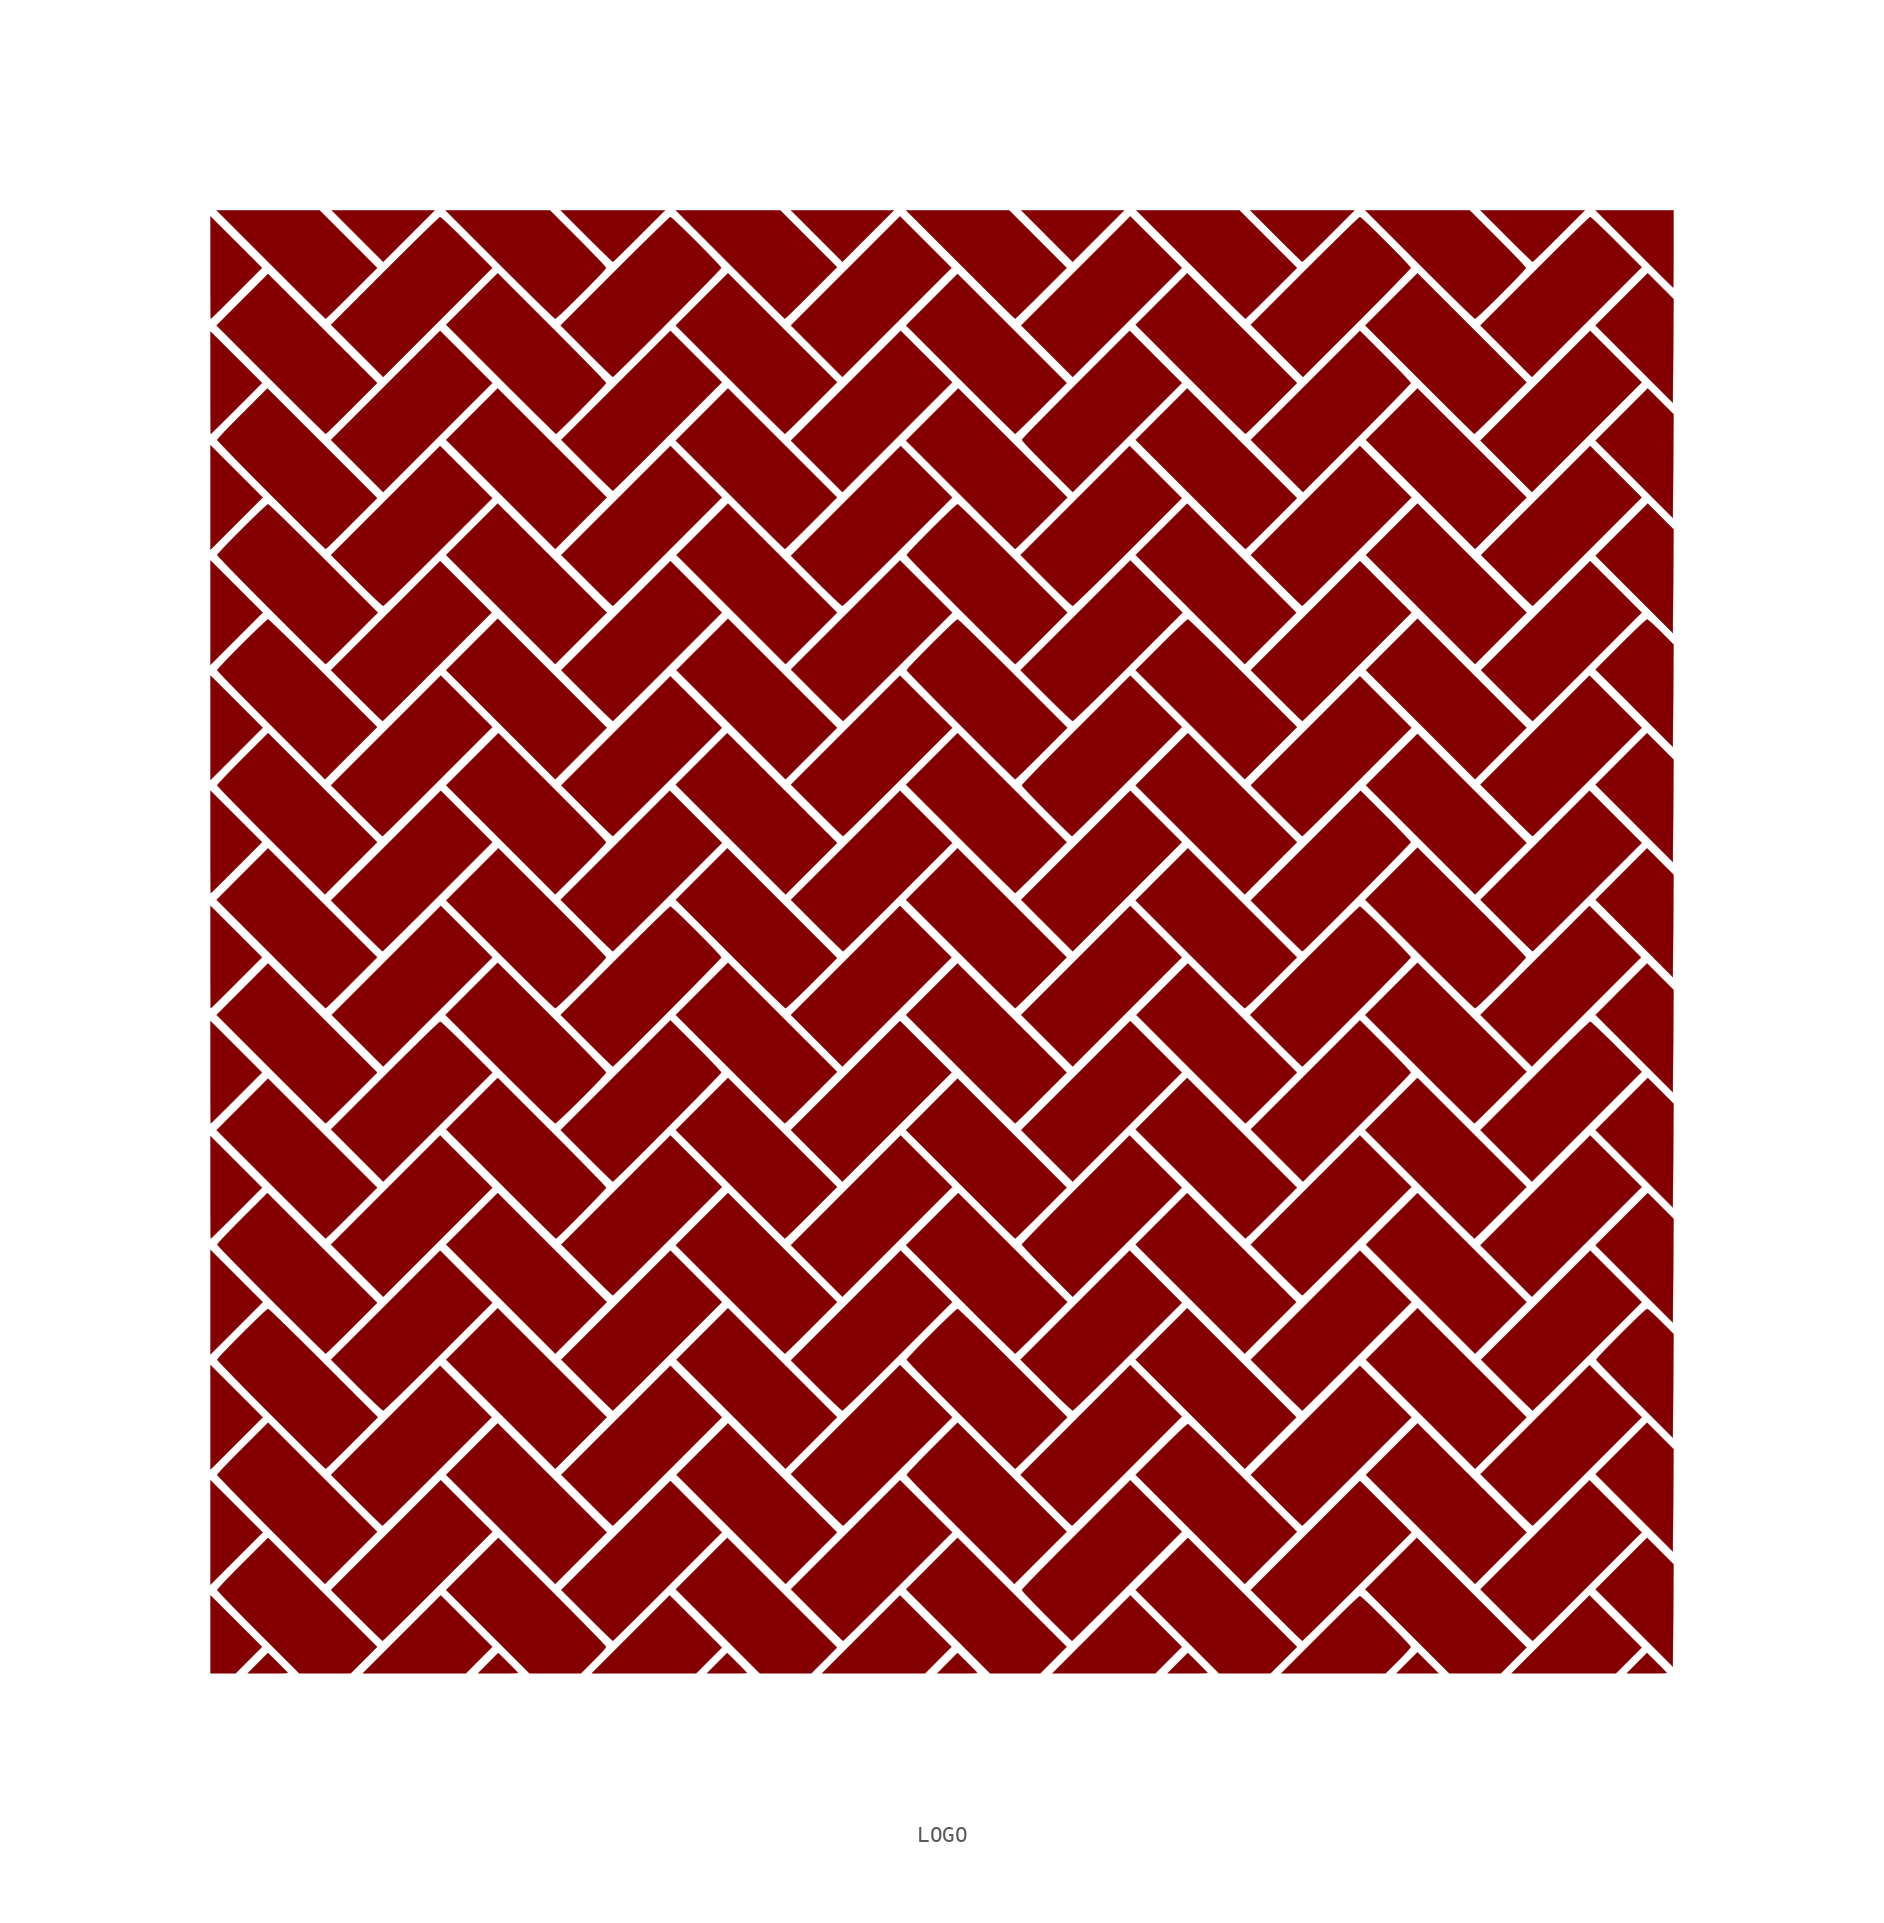
<source format=kicad_sym>
(kicad_symbol_lib
  (version 20220914)
  (generator "bitmap2component")
  (generator_version "9.0")
  (symbol "LOGO"
    (pin_names
      (offset 1.016))
    (property "Reference" "#G"
      (at 0 45.085 0)
      (effects (font (size 1.27 1.27)) hide))
    (symbol "LOGO_0_0"
      (polyline (pts (xy -43.327 -44.893) (xy -42.503 -44.067) (xy -44.112 -42.46) (xy -45.72 -40.853) (xy -45.72 -43.287) (xy -45.72 -45.72) (xy -44.935 -45.72) (xy -44.151 -45.72) (xy -43.327 -44.893)) (stroke (width 0.01) (type default)) (fill (type outline)))
      (polyline (pts (xy -41.934 -45.72) (xy -41.523 -45.717) (xy -41.193 -45.712) (xy -40.974 -45.705) (xy -40.894 -45.697) (xy -40.923 -45.661) (xy -41.05 -45.526) (xy -41.254 -45.318) (xy -41.51 -45.062) (xy -42.126 -44.45) (xy -42.757 -45.085) (xy -43.388 -45.72) (xy -42.141 -45.72) (xy -41.934 -45.72)) (stroke (width 0.01) (type default)) (fill (type outline)))
      (polyline (pts (xy -36.133 -44.895) (xy -35.305 -44.071) (xy -38.713 -40.662) (xy -42.12 -37.254) (xy -43.709 -38.84) (xy -44.118 -39.252) (xy -44.5 -39.642) (xy -44.825 -39.98) (xy -45.077 -40.249) (xy -45.239 -40.431) (xy -45.297 -40.512) (xy -45.276 -40.542) (xy -45.154 -40.682) (xy -44.931 -40.922) (xy -44.619 -41.247) (xy -44.231 -41.646) (xy -43.78 -42.106) (xy -43.278 -42.614) (xy -42.736 -43.158) (xy -40.175 -45.72) (xy -38.568 -45.72) (xy -36.96 -45.72) (xy -36.133 -44.895)) (stroke (width 0.01) (type default)) (fill (type outline)))
      (polyline (pts (xy -28.934 -44.893) (xy -28.11 -44.067) (xy -29.719 -42.46) (xy -31.327 -40.853) (xy -33.761 -43.286) (xy -36.195 -45.72) (xy -32.976 -45.72) (xy -29.757 -45.72) (xy -28.934 -44.893)) (stroke (width 0.01) (type default)) (fill (type outline)))
      (polyline (pts (xy -27.54 -45.72) (xy -27.13 -45.717) (xy -26.8 -45.712) (xy -26.581 -45.705) (xy -26.501 -45.697) (xy -26.53 -45.661) (xy -26.657 -45.526) (xy -26.86 -45.318) (xy -27.117 -45.062) (xy -27.733 -44.45) (xy -28.363 -45.085) (xy -28.994 -45.72) (xy -27.747 -45.72) (xy -27.54 -45.72)) (stroke (width 0.01) (type default)) (fill (type outline)))
      (polyline (pts (xy -21.782 -44.938) (xy -21.728 -44.884) (xy -21.442 -44.591) (xy -21.21 -44.342) (xy -21.054 -44.16) (xy -20.997 -44.071) (xy -21.026 -44.031) (xy -21.162 -43.88) (xy -21.399 -43.628) (xy -21.728 -43.287) (xy -22.137 -42.867) (xy -22.616 -42.379) (xy -23.154 -41.834) (xy -23.739 -41.244) (xy -24.362 -40.619) (xy -27.727 -37.254) (xy -29.358 -38.883) (xy -30.988 -40.512) (xy -28.385 -43.116) (xy -25.782 -45.72) (xy -24.174 -45.72) (xy -22.567 -45.72) (xy -21.782 -44.938)) (stroke (width 0.01) (type default)) (fill (type outline)))
      (polyline (pts (xy -14.562 -44.915) (xy -13.76 -44.11) (xy -15.389 -42.481) (xy -17.018 -40.852) (xy -19.452 -43.286) (xy -21.886 -45.72) (xy -18.625 -45.72) (xy -15.364 -45.72) (xy -14.562 -44.915)) (stroke (width 0.01) (type default)) (fill (type outline)))
      (polyline (pts (xy -13.232 -45.72) (xy -12.821 -45.717) (xy -12.491 -45.712) (xy -12.272 -45.705) (xy -12.192 -45.697) (xy -12.221 -45.661) (xy -12.348 -45.526) (xy -12.552 -45.318) (xy -12.808 -45.062) (xy -13.424 -44.45) (xy -14.055 -45.085) (xy -14.685 -45.72) (xy -13.439 -45.72) (xy -13.232 -45.72)) (stroke (width 0.01) (type default)) (fill (type outline)))
      (polyline (pts (xy -7.365 -44.915) (xy -6.564 -44.11) (xy -9.991 -40.682) (xy -13.419 -37.253) (xy -15.028 -38.862) (xy -16.636 -40.47) (xy -14.012 -43.095) (xy -11.389 -45.72) (xy -9.778 -45.72) (xy -8.167 -45.72) (xy -7.365 -44.915)) (stroke (width 0.01) (type default)) (fill (type outline)))
      (polyline (pts (xy -0.232 -44.893) (xy 0.592 -44.067) (xy -1.017 -42.46) (xy -2.625 -40.853) (xy -5.059 -43.286) (xy -7.493 -45.72) (xy -4.274 -45.72) (xy -1.055 -45.72) (xy -0.232 -44.893)) (stroke (width 0.01) (type default)) (fill (type outline)))
      (polyline (pts (xy 1.162 -45.72) (xy 1.572 -45.717) (xy 1.902 -45.712) (xy 2.122 -45.705) (xy 2.201 -45.697) (xy 2.172 -45.661) (xy 2.046 -45.526) (xy 1.841 -45.318) (xy 1.585 -45.062) (xy 0.97 -44.45) (xy 0.339 -45.085) (xy -0.292 -45.72) (xy 0.955 -45.72) (xy 1.162 -45.72)) (stroke (width 0.01) (type default)) (fill (type outline)))
      (polyline (pts (xy 6.965 -44.894) (xy 7.788 -44.067) (xy 4.38 -40.66) (xy 0.972 -37.253) (xy -0.635 -38.862) (xy -2.242 -40.471) (xy 0.381 -43.095) (xy 3.005 -45.72) (xy 4.573 -45.72) (xy 6.141 -45.72) (xy 6.965 -44.894)) (stroke (width 0.01) (type default)) (fill (type outline)))
      (polyline (pts (xy 14.162 -44.893) (xy 14.985 -44.067) (xy 13.377 -42.46) (xy 11.768 -40.853) (xy 9.334 -43.286) (xy 6.901 -45.72) (xy 10.119 -45.72) (xy 13.338 -45.72) (xy 14.162 -44.893)) (stroke (width 0.01) (type default)) (fill (type outline)))
      (polyline (pts (xy 15.555 -45.72) (xy 15.966 -45.717) (xy 16.295 -45.712) (xy 16.515 -45.705) (xy 16.595 -45.697) (xy 16.566 -45.661) (xy 16.439 -45.526) (xy 16.235 -45.318) (xy 15.979 -45.062) (xy 15.363 -44.45) (xy 14.732 -45.085) (xy 14.101 -45.72) (xy 15.348 -45.72) (xy 15.555 -45.72)) (stroke (width 0.01) (type default)) (fill (type outline)))
      (polyline (pts (xy 21.356 -44.895) (xy 22.184 -44.071) (xy 18.776 -40.662) (xy 15.368 -37.254) (xy 13.738 -38.883) (xy 12.107 -40.512) (xy 14.71 -43.116) (xy 17.313 -45.72) (xy 18.921 -45.72) (xy 20.529 -45.72) (xy 21.356 -44.895)) (stroke (width 0.01) (type default)) (fill (type outline)))
      (polyline (pts (xy 28.51 -44.938) (xy 28.564 -44.884) (xy 28.85 -44.591) (xy 29.082 -44.342) (xy 29.238 -44.16) (xy 29.295 -44.072) (xy 29.29 -44.059) (xy 29.202 -43.947) (xy 29.017 -43.742) (xy 28.754 -43.465) (xy 28.433 -43.133) (xy 28.074 -42.768) (xy 27.696 -42.388) (xy 27.319 -42.013) (xy 26.961 -41.662) (xy 26.643 -41.355) (xy 26.384 -41.112) (xy 26.203 -40.952) (xy 26.12 -40.894) (xy 26.105 -40.902) (xy 25.989 -41) (xy 25.771 -41.201) (xy 25.465 -41.493) (xy 25.084 -41.862) (xy 24.641 -42.296) (xy 24.149 -42.782) (xy 23.622 -43.307) (xy 21.21 -45.72) (xy 24.468 -45.72) (xy 27.725 -45.72) (xy 28.51 -44.938)) (stroke (width 0.01) (type default)) (fill (type outline)))
      (polyline (pts (xy 30.373 -45.065) (xy 29.718 -44.409) (xy 29.062 -45.065) (xy 28.407 -45.72) (xy 29.718 -45.72) (xy 31.029 -45.72) (xy 30.373 -45.065)) (stroke (width 0.01) (type default)) (fill (type outline)))
      (polyline (pts (xy 35.73 -44.915) (xy 36.532 -44.11) (xy 33.104 -40.682) (xy 29.676 -37.253) (xy 28.068 -38.862) (xy 26.459 -40.47) (xy 29.083 -43.095) (xy 31.707 -45.72) (xy 33.317 -45.72) (xy 34.928 -45.72) (xy 35.73 -44.915)) (stroke (width 0.01) (type default)) (fill (type outline)))
      (polyline (pts (xy 42.927 -44.915) (xy 43.728 -44.11) (xy 42.099 -42.481) (xy 40.471 -40.852) (xy 38.037 -43.286) (xy 35.603 -45.72) (xy 38.864 -45.72) (xy 42.125 -45.72) (xy 42.927 -44.915)) (stroke (width 0.01) (type default)) (fill (type outline)))
      (polyline (pts (xy 44.257 -45.72) (xy 44.667 -45.717) (xy 44.997 -45.712) (xy 45.217 -45.705) (xy 45.297 -45.697) (xy 45.267 -45.661) (xy 45.141 -45.526) (xy 44.937 -45.318) (xy 44.681 -45.062) (xy 44.065 -44.45) (xy 43.434 -45.085) (xy 42.803 -45.72) (xy 44.05 -45.72) (xy 44.257 -45.72)) (stroke (width 0.01) (type default)) (fill (type outline)))
      (polyline (pts (xy 45.7 -42.103) (xy 45.722 -38.907) (xy 44.895 -38.08) (xy 44.068 -37.253) (xy 42.46 -38.862) (xy 40.853 -40.471) (xy 43.265 -42.884) (xy 45.678 -45.298) (xy 45.7 -42.103)) (stroke (width 0.01) (type default)) (fill (type outline)))
      (polyline (pts (xy -34.928 -43.654) (xy -34.778 -43.512) (xy -34.528 -43.269) (xy -34.187 -42.934) (xy -33.768 -42.521) (xy -33.281 -42.038) (xy -32.736 -41.496) (xy -32.144 -40.906) (xy -31.517 -40.279) (xy -28.109 -36.871) (xy -29.718 -35.264) (xy -31.327 -33.656) (xy -34.756 -37.084) (xy -38.184 -40.512) (xy -36.598 -42.1) (xy -36.185 -42.512) (xy -35.799 -42.894) (xy -35.468 -43.218) (xy -35.209 -43.468) (xy -35.037 -43.63) (xy -34.968 -43.688) (xy -34.928 -43.654)) (stroke (width 0.01) (type default)) (fill (type outline)))
      (polyline (pts (xy -20.537 -43.657) (xy -20.39 -43.517) (xy -20.143 -43.277) (xy -19.805 -42.945) (xy -19.388 -42.534) (xy -18.903 -42.053) (xy -18.36 -41.514) (xy -17.771 -40.926) (xy -17.145 -40.301) (xy -13.76 -36.915) (xy -15.367 -35.306) (xy -16.974 -33.697) (xy -20.383 -37.104) (xy -23.791 -40.512) (xy -22.204 -42.1) (xy -21.791 -42.512) (xy -21.406 -42.894) (xy -21.075 -43.218) (xy -20.816 -43.468) (xy -20.643 -43.63) (xy -20.575 -43.688) (xy -20.537 -43.657)) (stroke (width 0.01) (type default)) (fill (type outline)))
      (polyline (pts (xy -6.144 -43.657) (xy -5.997 -43.517) (xy -5.749 -43.277) (xy -5.412 -42.945) (xy -4.995 -42.534) (xy -4.509 -42.053) (xy -3.967 -41.514) (xy -3.377 -40.926) (xy -2.752 -40.301) (xy 0.634 -36.914) (xy -0.995 -35.285) (xy -2.625 -33.655) (xy -6.032 -37.063) (xy -9.439 -40.47) (xy -7.832 -42.079) (xy -7.826 -42.085) (xy -7.4 -42.51) (xy -7.013 -42.892) (xy -6.682 -43.217) (xy -6.422 -43.468) (xy -6.25 -43.63) (xy -6.181 -43.688) (xy -6.144 -43.657)) (stroke (width 0.01) (type default)) (fill (type outline)))
      (polyline (pts (xy 8.168 -43.654) (xy 8.317 -43.512) (xy 8.568 -43.269) (xy 8.908 -42.934) (xy 9.327 -42.521) (xy 9.815 -42.038) (xy 10.36 -41.496) (xy 10.951 -40.906) (xy 11.579 -40.279) (xy 14.986 -36.871) (xy 13.377 -35.264) (xy 11.768 -33.656) (xy 8.382 -37.042) (xy 7.925 -37.5) (xy 7.325 -38.102) (xy 6.771 -38.662) (xy 6.273 -39.168) (xy 5.842 -39.61) (xy 5.487 -39.976) (xy 5.221 -40.256) (xy 5.053 -40.438) (xy 4.995 -40.512) (xy 5.041 -40.577) (xy 5.191 -40.749) (xy 5.433 -41.008) (xy 5.748 -41.338) (xy 6.123 -41.721) (xy 6.54 -42.142) (xy 6.915 -42.516) (xy 7.298 -42.896) (xy 7.627 -43.218) (xy 7.886 -43.469) (xy 8.058 -43.63) (xy 8.127 -43.688) (xy 8.168 -43.654)) (stroke (width 0.01) (type default)) (fill (type outline)))
      (polyline (pts (xy 22.558 -43.657) (xy 22.705 -43.517) (xy 22.953 -43.277) (xy 23.29 -42.945) (xy 23.707 -42.534) (xy 24.192 -42.053) (xy 24.735 -41.514) (xy 25.325 -40.926) (xy 25.95 -40.301) (xy 29.336 -36.915) (xy 27.728 -35.306) (xy 26.121 -33.697) (xy 22.713 -37.104) (xy 19.304 -40.512) (xy 20.891 -42.1) (xy 21.304 -42.512) (xy 21.689 -42.894) (xy 22.02 -43.218) (xy 22.28 -43.468) (xy 22.452 -43.63) (xy 22.521 -43.688) (xy 22.558 -43.657)) (stroke (width 0.01) (type default)) (fill (type outline)))
      (polyline (pts (xy 36.952 -43.657) (xy 37.098 -43.517) (xy 37.346 -43.277) (xy 37.684 -42.945) (xy 38.101 -42.534) (xy 38.586 -42.053) (xy 39.129 -41.514) (xy 39.718 -40.926) (xy 40.344 -40.301) (xy 43.73 -36.914) (xy 42.1 -35.285) (xy 40.471 -33.655) (xy 37.063 -37.063) (xy 33.656 -40.47) (xy 35.263 -42.079) (xy 35.269 -42.085) (xy 35.695 -42.51) (xy 36.082 -42.892) (xy 36.413 -43.217) (xy 36.673 -43.468) (xy 36.845 -43.63) (xy 36.914 -43.688) (xy 36.952 -43.657)) (stroke (width 0.01) (type default)) (fill (type outline)))
      (polyline (pts (xy -44.09 -38.544) (xy -42.461 -36.915) (xy -44.09 -35.285) (xy -45.72 -33.656) (xy -45.72 -36.915) (xy -45.72 -40.174) (xy -44.09 -38.544)) (stroke (width 0.01) (type default)) (fill (type outline)))
      (polyline (pts (xy -36.936 -38.502) (xy -35.306 -36.873) (xy -38.713 -33.465) (xy -42.12 -30.057) (xy -43.709 -31.643) (xy -44.118 -32.055) (xy -44.5 -32.446) (xy -44.825 -32.784) (xy -45.077 -33.052) (xy -45.239 -33.235) (xy -45.297 -33.315) (xy -45.268 -33.355) (xy -45.132 -33.506) (xy -44.895 -33.758) (xy -44.566 -34.099) (xy -44.157 -34.519) (xy -43.678 -35.007) (xy -43.141 -35.551) (xy -42.555 -36.141) (xy -41.932 -36.766) (xy -38.567 -40.132) (xy -36.936 -38.502)) (stroke (width 0.01) (type default)) (fill (type outline)))
      (polyline (pts (xy -22.564 -38.523) (xy -20.956 -36.914) (xy -24.363 -33.507) (xy -27.77 -30.1) (xy -29.379 -31.707) (xy -30.988 -33.315) (xy -27.581 -36.724) (xy -24.173 -40.132) (xy -22.564 -38.523)) (stroke (width 0.01) (type default)) (fill (type outline)))
      (polyline (pts (xy -8.171 -38.523) (xy -6.562 -36.914) (xy -9.969 -33.507) (xy -13.377 -30.1) (xy -14.986 -31.707) (xy -16.595 -33.315) (xy -13.187 -36.724) (xy -9.78 -40.132) (xy -8.171 -38.523)) (stroke (width 0.01) (type default)) (fill (type outline)))
      (polyline (pts (xy 6.159 -38.502) (xy 7.79 -36.873) (xy 4.382 -33.465) (xy 0.975 -30.057) (xy -0.613 -31.643) (xy -1.022 -32.055) (xy -1.405 -32.446) (xy -1.73 -32.784) (xy -1.981 -33.052) (xy -2.144 -33.235) (xy -2.201 -33.315) (xy -2.173 -33.355) (xy -2.037 -33.506) (xy -1.799 -33.758) (xy -1.471 -34.099) (xy -1.062 -34.519) (xy -0.583 -35.007) (xy -0.045 -35.551) (xy 0.54 -36.141) (xy 1.163 -36.766) (xy 4.528 -40.132) (xy 6.159 -38.502)) (stroke (width 0.01) (type default)) (fill (type outline)))
      (polyline (pts (xy 20.552 -38.502) (xy 22.183 -36.873) (xy 18.818 -33.507) (xy 18.378 -33.068) (xy 17.776 -32.47) (xy 17.217 -31.916) (xy 16.711 -31.419) (xy 16.27 -30.987) (xy 15.904 -30.633) (xy 15.624 -30.367) (xy 15.442 -30.2) (xy 15.368 -30.141) (xy 15.293 -30.195) (xy 15.113 -30.354) (xy 14.847 -30.602) (xy 14.511 -30.925) (xy 14.122 -31.305) (xy 13.695 -31.728) (xy 12.107 -33.315) (xy 15.514 -36.723) (xy 18.922 -40.132) (xy 20.552 -38.502)) (stroke (width 0.01) (type default)) (fill (type outline)))
      (polyline (pts (xy 34.924 -38.523) (xy 36.533 -36.914) (xy 33.126 -33.507) (xy 29.719 -30.1) (xy 28.109 -31.707) (xy 26.5 -33.315) (xy 29.908 -36.724) (xy 33.316 -40.132) (xy 34.924 -38.523)) (stroke (width 0.01) (type default)) (fill (type outline)))
      (polyline (pts (xy 45.7 -34.906) (xy 45.722 -31.711) (xy 44.895 -30.884) (xy 44.068 -30.056) (xy 42.46 -31.665) (xy 40.853 -33.274) (xy 43.265 -35.688) (xy 45.678 -38.101) (xy 45.7 -34.906)) (stroke (width 0.01) (type default)) (fill (type outline)))
      (polyline (pts (xy -34.931 -36.46) (xy -34.784 -36.321) (xy -34.536 -36.08) (xy -34.198 -35.749) (xy -33.782 -35.337) (xy -33.296 -34.857) (xy -32.754 -34.317) (xy -32.164 -33.73) (xy -31.539 -33.105) (xy -28.153 -29.718) (xy -29.76 -28.109) (xy -31.368 -26.5) (xy -34.776 -29.908) (xy -38.184 -33.315) (xy -36.598 -34.903) (xy -36.185 -35.315) (xy -35.799 -35.697) (xy -35.468 -36.021) (xy -35.209 -36.272) (xy -35.037 -36.434) (xy -34.968 -36.491) (xy -34.931 -36.46)) (stroke (width 0.01) (type default)) (fill (type outline)))
      (polyline (pts (xy -20.537 -36.46) (xy -20.39 -36.321) (xy -20.143 -36.08) (xy -19.805 -35.749) (xy -19.388 -35.337) (xy -18.903 -34.857) (xy -18.36 -34.317) (xy -17.771 -33.73) (xy -17.145 -33.105) (xy -13.76 -29.718) (xy -15.367 -28.109) (xy -16.974 -26.5) (xy -20.383 -29.908) (xy -23.791 -33.315) (xy -22.204 -34.903) (xy -21.791 -35.315) (xy -21.406 -35.697) (xy -21.075 -36.021) (xy -20.816 -36.272) (xy -20.643 -36.434) (xy -20.575 -36.491) (xy -20.537 -36.46)) (stroke (width 0.01) (type default)) (fill (type outline)))
      (polyline (pts (xy -6.144 -36.46) (xy -5.997 -36.321) (xy -5.749 -36.08) (xy -5.412 -35.749) (xy -4.995 -35.337) (xy -4.509 -34.856) (xy -3.967 -34.317) (xy -3.377 -33.729) (xy -2.752 -33.105) (xy 0.634 -29.718) (xy -0.995 -28.088) (xy -2.625 -26.459) (xy -6.032 -29.866) (xy -9.439 -33.273) (xy -7.832 -34.882) (xy -7.826 -34.888) (xy -7.4 -35.313) (xy -7.013 -35.696) (xy -6.682 -36.02) (xy -6.422 -36.272) (xy -6.25 -36.434) (xy -6.181 -36.491) (xy -6.144 -36.46)) (stroke (width 0.01) (type default)) (fill (type outline)))
      (polyline (pts (xy 8.168 -36.457) (xy 8.317 -36.315) (xy 8.568 -36.072) (xy 8.908 -35.738) (xy 9.327 -35.324) (xy 9.815 -34.841) (xy 10.36 -34.299) (xy 10.951 -33.71) (xy 11.579 -33.083) (xy 14.986 -29.674) (xy 13.377 -28.067) (xy 11.768 -26.459) (xy 8.34 -29.887) (xy 4.911 -33.315) (xy 6.497 -34.903) (xy 6.911 -35.315) (xy 7.296 -35.697) (xy 7.627 -36.021) (xy 7.886 -36.272) (xy 8.059 -36.434) (xy 8.127 -36.491) (xy 8.168 -36.457)) (stroke (width 0.01) (type default)) (fill (type outline)))
      (polyline (pts (xy 22.558 -36.46) (xy 22.705 -36.321) (xy 22.953 -36.08) (xy 23.29 -35.749) (xy 23.707 -35.337) (xy 24.192 -34.857) (xy 24.735 -34.317) (xy 25.325 -33.73) (xy 25.95 -33.105) (xy 29.336 -29.718) (xy 27.728 -28.109) (xy 26.121 -26.5) (xy 22.713 -29.908) (xy 19.304 -33.315) (xy 20.891 -34.903) (xy 21.304 -35.315) (xy 21.689 -35.697) (xy 22.02 -36.021) (xy 22.28 -36.272) (xy 22.452 -36.434) (xy 22.521 -36.491) (xy 22.558 -36.46)) (stroke (width 0.01) (type default)) (fill (type outline)))
      (polyline (pts (xy 36.952 -36.46) (xy 37.098 -36.321) (xy 37.346 -36.08) (xy 37.684 -35.749) (xy 38.101 -35.337) (xy 38.586 -34.856) (xy 39.129 -34.317) (xy 39.718 -33.729) (xy 40.344 -33.105) (xy 43.73 -29.718) (xy 42.1 -28.088) (xy 40.471 -26.459) (xy 37.063 -29.866) (xy 33.656 -33.273) (xy 35.263 -34.882) (xy 35.269 -34.888) (xy 35.695 -35.313) (xy 36.082 -35.696) (xy 36.413 -36.02) (xy 36.673 -36.272) (xy 36.845 -36.434) (xy 36.914 -36.491) (xy 36.952 -36.46)) (stroke (width 0.01) (type default)) (fill (type outline)))
      (polyline (pts (xy -44.09 -31.348) (xy -42.461 -29.718) (xy -44.09 -28.088) (xy -45.72 -26.459) (xy -45.72 -29.718) (xy -45.72 -32.977) (xy -44.09 -31.348)) (stroke (width 0.01) (type default)) (fill (type outline)))
      (polyline (pts (xy -38.452 -32.876) (xy -38.279 -32.713) (xy -38.018 -32.461) (xy -37.686 -32.135) (xy -37.299 -31.752) (xy -36.872 -31.326) (xy -35.265 -29.718) (xy -38.651 -26.331) (xy -39.108 -25.874) (xy -39.711 -25.275) (xy -40.271 -24.721) (xy -40.777 -24.223) (xy -41.219 -23.791) (xy -41.585 -23.437) (xy -41.864 -23.171) (xy -42.047 -23.003) (xy -42.12 -22.945) (xy -42.133 -22.949) (xy -42.245 -23.038) (xy -42.449 -23.223) (xy -42.727 -23.486) (xy -43.058 -23.806) (xy -43.424 -24.165) (xy -43.803 -24.544) (xy -44.178 -24.921) (xy -44.529 -25.278) (xy -44.836 -25.596) (xy -45.079 -25.855) (xy -45.239 -26.036) (xy -45.297 -26.118) (xy -45.268 -26.158) (xy -45.132 -26.309) (xy -44.895 -26.561) (xy -44.566 -26.902) (xy -44.157 -27.322) (xy -43.678 -27.81) (xy -43.141 -28.355) (xy -42.555 -28.945) (xy -41.932 -29.569) (xy -41.489 -30.012) (xy -40.889 -30.61) (xy -40.334 -31.162) (xy -39.833 -31.66) (xy -39.397 -32.09) (xy -39.037 -32.444) (xy -38.764 -32.71) (xy -38.589 -32.877) (xy -38.523 -32.935) (xy -38.523 -32.935) (xy -38.452 -32.876)) (stroke (width 0.01) (type default)) (fill (type outline)))
      (polyline (pts (xy -22.564 -31.327) (xy -20.956 -29.718) (xy -24.363 -26.311) (xy -27.77 -22.903) (xy -29.379 -24.511) (xy -30.988 -26.118) (xy -27.581 -29.527) (xy -24.173 -32.935) (xy -22.564 -31.327)) (stroke (width 0.01) (type default)) (fill (type outline)))
      (polyline (pts (xy -8.171 -31.327) (xy -6.562 -29.718) (xy -9.969 -26.311) (xy -13.377 -22.903) (xy -14.986 -24.511) (xy -16.595 -26.118) (xy -13.187 -29.527) (xy -9.78 -32.935) (xy -8.171 -31.327)) (stroke (width 0.01) (type default)) (fill (type outline)))
      (polyline (pts (xy 4.643 -32.876) (xy 4.816 -32.713) (xy 5.077 -32.461) (xy 5.409 -32.135) (xy 5.796 -31.752) (xy 6.223 -31.326) (xy 7.83 -29.718) (xy 4.445 -26.331) (xy 3.987 -25.874) (xy 3.384 -25.275) (xy 2.825 -24.721) (xy 2.318 -24.223) (xy 1.877 -23.791) (xy 1.51 -23.437) (xy 1.231 -23.171) (xy 1.049 -23.003) (xy 0.975 -22.945) (xy 0.963 -22.949) (xy 0.851 -23.038) (xy 0.646 -23.223) (xy 0.368 -23.486) (xy 0.037 -23.806) (xy -0.328 -24.165) (xy -0.708 -24.544) (xy -1.083 -24.921) (xy -1.434 -25.278) (xy -1.74 -25.596) (xy -1.984 -25.855) (xy -2.144 -26.036) (xy -2.201 -26.118) (xy -2.173 -26.158) (xy -2.037 -26.309) (xy -1.799 -26.561) (xy -1.47 -26.902) (xy -1.061 -27.322) (xy -0.583 -27.81) (xy -0.045 -28.355) (xy 0.541 -28.945) (xy 1.164 -29.569) (xy 1.607 -30.012) (xy 2.206 -30.61) (xy 2.762 -31.162) (xy 3.263 -31.66) (xy 3.699 -32.09) (xy 4.059 -32.444) (xy 4.331 -32.71) (xy 4.506 -32.877) (xy 4.572 -32.935) (xy 4.572 -32.935) (xy 4.643 -32.876)) (stroke (width 0.01) (type default)) (fill (type outline)))
      (polyline (pts (xy 20.531 -31.327) (xy 22.14 -29.718) (xy 18.733 -26.311) (xy 15.325 -22.903) (xy 13.716 -24.511) (xy 12.107 -26.118) (xy 15.515 -29.527) (xy 18.922 -32.935) (xy 20.531 -31.327)) (stroke (width 0.01) (type default)) (fill (type outline)))
      (polyline (pts (xy 34.924 -31.327) (xy 36.533 -29.718) (xy 33.126 -26.311) (xy 29.719 -22.903) (xy 28.109 -24.511) (xy 26.5 -26.118) (xy 29.908 -29.527) (xy 33.316 -32.935) (xy 34.924 -31.327)) (stroke (width 0.01) (type default)) (fill (type outline)))
      (polyline (pts (xy 45.7 -27.753) (xy 45.722 -24.516) (xy 44.94 -23.73) (xy 44.884 -23.675) (xy 44.591 -23.389) (xy 44.342 -23.157) (xy 44.16 -23.002) (xy 44.072 -22.945) (xy 44.059 -22.949) (xy 43.947 -23.038) (xy 43.742 -23.223) (xy 43.465 -23.485) (xy 43.133 -23.806) (xy 42.768 -24.165) (xy 42.388 -24.543) (xy 42.013 -24.92) (xy 41.662 -25.278) (xy 41.355 -25.596) (xy 41.112 -25.855) (xy 40.952 -26.036) (xy 40.894 -26.118) (xy 40.9 -26.131) (xy 40.995 -26.244) (xy 41.193 -26.459) (xy 41.482 -26.762) (xy 41.848 -27.141) (xy 42.279 -27.581) (xy 42.763 -28.071) (xy 43.286 -28.596) (xy 45.678 -30.989) (xy 45.7 -27.753)) (stroke (width 0.01) (type default)) (fill (type outline)))
      (polyline (pts (xy -34.886 -29.266) (xy -34.736 -29.13) (xy -34.484 -28.892) (xy -34.142 -28.564) (xy -33.722 -28.155) (xy -33.235 -27.676) (xy -32.69 -27.139) (xy -32.1 -26.553) (xy -31.476 -25.93) (xy -28.11 -22.565) (xy -29.739 -20.934) (xy -31.368 -19.303) (xy -34.776 -22.711) (xy -38.184 -26.118) (xy -36.598 -27.706) (xy -36.186 -28.116) (xy -35.796 -28.498) (xy -35.458 -28.823) (xy -35.189 -29.075) (xy -35.007 -29.237) (xy -34.926 -29.295) (xy -34.886 -29.266)) (stroke (width 0.01) (type default)) (fill (type outline)))
      (polyline (pts (xy -20.537 -29.263) (xy -20.39 -29.124) (xy -20.143 -28.883) (xy -19.805 -28.552) (xy -19.388 -28.141) (xy -18.903 -27.66) (xy -18.36 -27.12) (xy -17.771 -26.533) (xy -17.145 -25.908) (xy -13.76 -22.522) (xy -15.367 -20.913) (xy -16.974 -19.303) (xy -20.383 -22.711) (xy -23.791 -26.118) (xy -22.204 -27.706) (xy -21.791 -28.119) (xy -21.406 -28.5) (xy -21.075 -28.824) (xy -20.816 -29.075) (xy -20.643 -29.237) (xy -20.575 -29.295) (xy -20.537 -29.263)) (stroke (width 0.01) (type default)) (fill (type outline)))
      (polyline (pts (xy -6.181 -29.264) (xy -6.027 -29.125) (xy -5.773 -28.884) (xy -5.429 -28.553) (xy -5.006 -28.142) (xy -4.517 -27.661) (xy -3.97 -27.121) (xy -3.378 -26.533) (xy -2.752 -25.908) (xy 0.634 -22.521) (xy -0.974 -20.913) (xy -2.583 -19.304) (xy -6.011 -22.733) (xy -9.439 -26.162) (xy -7.874 -27.728) (xy -7.482 -28.118) (xy -7.093 -28.499) (xy -6.755 -28.823) (xy -6.487 -29.075) (xy -6.304 -29.237) (xy -6.223 -29.295) (xy -6.181 -29.264)) (stroke (width 0.01) (type default)) (fill (type outline)))
      (polyline (pts (xy 8.209 -29.266) (xy 8.36 -29.13) (xy 8.611 -28.892) (xy 8.953 -28.564) (xy 9.373 -28.155) (xy 9.861 -27.676) (xy 10.405 -27.139) (xy 10.995 -26.553) (xy 11.62 -25.93) (xy 14.986 -22.565) (xy 13.357 -20.934) (xy 11.727 -19.303) (xy 8.319 -22.711) (xy 4.911 -26.118) (xy 6.497 -27.706) (xy 6.909 -28.116) (xy 7.3 -28.498) (xy 7.638 -28.823) (xy 7.906 -29.075) (xy 8.089 -29.237) (xy 8.169 -29.295) (xy 8.209 -29.266)) (stroke (width 0.01) (type default)) (fill (type outline)))
      (polyline (pts (xy 22.558 -29.263) (xy 22.705 -29.124) (xy 22.953 -28.883) (xy 23.29 -28.552) (xy 23.707 -28.141) (xy 24.192 -27.66) (xy 24.735 -27.12) (xy 25.325 -26.533) (xy 25.95 -25.908) (xy 29.336 -22.522) (xy 27.728 -20.913) (xy 26.121 -19.303) (xy 22.713 -22.711) (xy 19.304 -26.118) (xy 20.891 -27.706) (xy 21.304 -28.119) (xy 21.689 -28.5) (xy 22.02 -28.824) (xy 22.28 -29.075) (xy 22.452 -29.237) (xy 22.521 -29.295) (xy 22.558 -29.263)) (stroke (width 0.01) (type default)) (fill (type outline)))
      (polyline (pts (xy 36.952 -29.263) (xy 37.098 -29.124) (xy 37.346 -28.883) (xy 37.684 -28.552) (xy 38.1 -28.141) (xy 38.586 -27.66) (xy 39.129 -27.12) (xy 39.718 -26.533) (xy 40.343 -25.908) (xy 43.729 -22.522) (xy 42.122 -20.913) (xy 40.514 -19.303) (xy 37.106 -22.711) (xy 33.698 -26.118) (xy 35.284 -27.706) (xy 35.697 -28.119) (xy 36.083 -28.5) (xy 36.413 -28.824) (xy 36.673 -29.075) (xy 36.845 -29.237) (xy 36.914 -29.295) (xy 36.952 -29.263)) (stroke (width 0.01) (type default)) (fill (type outline)))
      (polyline (pts (xy -44.09 -24.151) (xy -42.461 -22.521) (xy -44.09 -20.892) (xy -45.72 -19.262) (xy -45.72 -22.521) (xy -45.72 -25.78) (xy -44.09 -24.151)) (stroke (width 0.01) (type default)) (fill (type outline)))
      (polyline (pts (xy -38.457 -25.684) (xy -38.287 -25.525) (xy -38.03 -25.276) (xy -37.701 -24.954) (xy -37.317 -24.573) (xy -36.893 -24.151) (xy -35.306 -22.562) (xy -38.735 -19.135) (xy -42.164 -15.707) (xy -43.73 -17.272) (xy -44.12 -17.664) (xy -44.501 -18.053) (xy -44.826 -18.39) (xy -45.077 -18.659) (xy -45.239 -18.841) (xy -45.297 -18.922) (xy -45.268 -18.962) (xy -45.132 -19.113) (xy -44.895 -19.364) (xy -44.566 -19.706) (xy -44.157 -20.126) (xy -43.678 -20.613) (xy -43.141 -21.158) (xy -42.555 -21.748) (xy -41.932 -22.373) (xy -41.489 -22.815) (xy -40.889 -23.413) (xy -40.334 -23.966) (xy -39.833 -24.463) (xy -39.397 -24.893) (xy -39.037 -25.247) (xy -38.764 -25.513) (xy -38.589 -25.68) (xy -38.523 -25.739) (xy -38.457 -25.684)) (stroke (width 0.01) (type default)) (fill (type outline)))
      (polyline (pts (xy -22.564 -24.13) (xy -20.956 -22.521) (xy -24.363 -19.114) (xy -27.77 -15.707) (xy -29.379 -17.314) (xy -30.988 -18.922) (xy -27.581 -22.33) (xy -24.173 -25.739) (xy -22.564 -24.13)) (stroke (width 0.01) (type default)) (fill (type outline)))
      (polyline (pts (xy -9.75 -25.68) (xy -9.577 -25.516) (xy -9.316 -25.264) (xy -8.984 -24.939) (xy -8.597 -24.555) (xy -8.17 -24.13) (xy -6.563 -22.521) (xy -9.97 -19.113) (xy -13.377 -15.706) (xy -15.007 -17.336) (xy -16.636 -18.965) (xy -13.25 -22.352) (xy -12.789 -22.813) (xy -12.189 -23.411) (xy -11.633 -23.965) (xy -11.131 -24.462) (xy -10.695 -24.893) (xy -10.335 -25.247) (xy -10.062 -25.513) (xy -9.887 -25.68) (xy -9.821 -25.739) (xy -9.821 -25.739) (xy -9.75 -25.68)) (stroke (width 0.01) (type default)) (fill (type outline)))
      (polyline (pts (xy 4.643 -25.68) (xy 4.816 -25.516) (xy 5.077 -25.264) (xy 5.409 -24.939) (xy 5.797 -24.555) (xy 6.223 -24.13) (xy 7.831 -22.521) (xy 4.423 -19.113) (xy 1.016 -15.706) (xy -0.614 -17.336) (xy -2.243 -18.965) (xy 1.143 -22.352) (xy 1.604 -22.813) (xy 2.204 -23.411) (xy 2.76 -23.965) (xy 3.262 -24.462) (xy 3.698 -24.893) (xy 4.058 -25.247) (xy 4.331 -25.513) (xy 4.506 -25.68) (xy 4.572 -25.739) (xy 4.573 -25.739) (xy 4.643 -25.68)) (stroke (width 0.01) (type default)) (fill (type outline)))
      (polyline (pts (xy 20.531 -24.13) (xy 22.14 -22.521) (xy 18.733 -19.114) (xy 15.325 -15.707) (xy 13.716 -17.314) (xy 12.107 -18.922) (xy 15.515 -22.33) (xy 18.922 -25.739) (xy 20.531 -24.13)) (stroke (width 0.01) (type default)) (fill (type outline)))
      (polyline (pts (xy 34.924 -24.13) (xy 36.533 -22.521) (xy 33.126 -19.114) (xy 29.719 -15.707) (xy 28.109 -17.314) (xy 26.5 -18.922) (xy 29.908 -22.33) (xy 33.316 -25.739) (xy 34.924 -24.13)) (stroke (width 0.01) (type default)) (fill (type outline)))
      (polyline (pts (xy 45.7 -20.555) (xy 45.722 -17.317) (xy 44.916 -16.512) (xy 44.111 -15.706) (xy 42.482 -17.336) (xy 40.852 -18.965) (xy 43.265 -21.379) (xy 45.678 -23.793) (xy 45.7 -20.555)) (stroke (width 0.01) (type default)) (fill (type outline)))
      (polyline (pts (xy -31.518 -18.776) (xy -28.11 -15.368) (xy -29.739 -13.738) (xy -31.368 -12.107) (xy -34.776 -15.514) (xy -38.184 -18.922) (xy -36.555 -20.552) (xy -34.926 -22.183) (xy -31.518 -18.776)) (stroke (width 0.01) (type default)) (fill (type outline)))
      (polyline (pts (xy -2.795 -18.754) (xy 0.634 -15.325) (xy -0.974 -13.716) (xy -2.583 -12.107) (xy -6.011 -15.536) (xy -9.439 -18.965) (xy -7.832 -20.574) (xy -6.224 -22.183) (xy -2.795 -18.754)) (stroke (width 0.01) (type default)) (fill (type outline)))
      (polyline (pts (xy 11.577 -18.776) (xy 14.986 -15.368) (xy 13.357 -13.738) (xy 11.727 -12.107) (xy 8.361 -15.472) (xy 7.922 -15.912) (xy 7.324 -16.514) (xy 6.77 -17.073) (xy 6.273 -17.579) (xy 5.841 -18.02) (xy 5.487 -18.386) (xy 5.221 -18.666) (xy 5.053 -18.848) (xy 4.995 -18.922) (xy 5.049 -18.997) (xy 5.208 -19.177) (xy 5.457 -19.443) (xy 5.779 -19.779) (xy 6.159 -20.168) (xy 6.582 -20.595) (xy 8.169 -22.183) (xy 11.577 -18.776)) (stroke (width 0.01) (type default)) (fill (type outline)))
      (polyline (pts (xy 40.301 -18.754) (xy 43.73 -15.325) (xy 42.121 -13.716) (xy 40.512 -12.107) (xy 37.084 -15.536) (xy 33.656 -18.965) (xy 35.264 -20.574) (xy 36.871 -22.183) (xy 40.301 -18.754)) (stroke (width 0.01) (type default)) (fill (type outline)))
      (polyline (pts (xy -20.537 -22.067) (xy -20.39 -21.927) (xy -20.143 -21.687) (xy -19.805 -21.355) (xy -19.388 -20.944) (xy -18.903 -20.463) (xy -18.36 -19.924) (xy -17.771 -19.336) (xy -17.145 -18.712) (xy -13.76 -15.325) (xy -15.367 -13.716) (xy -16.974 -12.107) (xy -20.383 -15.514) (xy -23.791 -18.922) (xy -22.204 -20.51) (xy -21.791 -20.922) (xy -21.406 -21.303) (xy -21.075 -21.628) (xy -20.816 -21.878) (xy -20.643 -22.041) (xy -20.575 -22.098) (xy -20.537 -22.067)) (stroke (width 0.01) (type default)) (fill (type outline)))
      (polyline (pts (xy 22.558 -22.067) (xy 22.705 -21.927) (xy 22.953 -21.687) (xy 23.29 -21.355) (xy 23.707 -20.944) (xy 24.192 -20.463) (xy 24.735 -19.924) (xy 25.325 -19.336) (xy 25.95 -18.712) (xy 29.336 -15.325) (xy 27.728 -13.716) (xy 26.121 -12.107) (xy 22.713 -15.514) (xy 19.304 -18.922) (xy 20.891 -20.51) (xy 21.304 -20.922) (xy 21.689 -21.303) (xy 22.02 -21.628) (xy 22.28 -21.878) (xy 22.452 -22.041) (xy 22.521 -22.098) (xy 22.558 -22.067)) (stroke (width 0.01) (type default)) (fill (type outline)))
      (polyline (pts (xy -45.637 -18.487) (xy -45.473 -18.327) (xy -45.22 -18.078) (xy -44.894 -17.756) (xy -44.512 -17.376) (xy -44.089 -16.954) (xy -42.503 -15.365) (xy -44.111 -13.758) (xy -45.72 -12.151) (xy -45.72 -15.347) (xy -45.72 -15.448) (xy -45.719 -16.158) (xy -45.718 -16.81) (xy -45.715 -17.384) (xy -45.712 -17.863) (xy -45.708 -18.228) (xy -45.703 -18.46) (xy -45.698 -18.542) (xy -45.637 -18.487)) (stroke (width 0.01) (type default)) (fill (type outline)))
      (polyline (pts (xy -38.457 -18.487) (xy -38.287 -18.328) (xy -38.03 -18.079) (xy -37.701 -17.757) (xy -37.317 -17.377) (xy -36.893 -16.954) (xy -35.306 -15.366) (xy -38.715 -11.958) (xy -42.123 -8.551) (xy -43.73 -10.16) (xy -45.338 -11.769) (xy -41.952 -15.155) (xy -41.491 -15.616) (xy -40.891 -16.215) (xy -40.335 -16.768) (xy -39.833 -17.265) (xy -39.397 -17.697) (xy -39.037 -18.05) (xy -38.764 -18.316) (xy -38.589 -18.484) (xy -38.523 -18.542) (xy -38.457 -18.487)) (stroke (width 0.01) (type default)) (fill (type outline)))
      (polyline (pts (xy -24.119 -18.536) (xy -24.009 -18.443) (xy -23.808 -18.253) (xy -23.535 -17.988) (xy -23.208 -17.664) (xy -22.848 -17.304) (xy -22.473 -16.925) (xy -22.102 -16.547) (xy -21.756 -16.191) (xy -21.453 -15.875) (xy -21.213 -15.62) (xy -21.054 -15.444) (xy -20.997 -15.367) (xy -21.028 -15.325) (xy -21.167 -15.171) (xy -21.407 -14.917) (xy -21.739 -14.573) (xy -22.15 -14.151) (xy -22.631 -13.661) (xy -23.171 -13.114) (xy -23.759 -12.522) (xy -24.384 -11.896) (xy -27.77 -8.51) (xy -29.379 -10.118) (xy -30.988 -11.725) (xy -27.581 -15.133) (xy -27.101 -15.613) (xy -26.5 -16.213) (xy -25.943 -16.767) (xy -25.441 -17.265) (xy -25.004 -17.696) (xy -24.645 -18.05) (xy -24.372 -18.316) (xy -24.197 -18.484) (xy -24.131 -18.542) (xy -24.119 -18.536)) (stroke (width 0.01) (type default)) (fill (type outline)))
      (polyline (pts (xy -9.821 -18.542) (xy -9.75 -18.483) (xy -9.577 -18.32) (xy -9.316 -18.067) (xy -8.984 -17.742) (xy -8.597 -17.358) (xy -8.17 -16.933) (xy -6.563 -15.324) (xy -9.97 -11.917) (xy -13.377 -8.509) (xy -15.007 -10.139) (xy -16.636 -11.768) (xy -13.25 -15.155) (xy -12.789 -15.616) (xy -12.189 -16.215) (xy -11.633 -16.768) (xy -11.131 -17.265) (xy -10.695 -17.697) (xy -10.335 -18.05) (xy -10.062 -18.316) (xy -9.887 -18.484) (xy -9.821 -18.542) (xy -9.821 -18.542)) (stroke (width 0.01) (type default)) (fill (type outline)))
      (polyline (pts (xy 4.638 -18.487) (xy 4.808 -18.328) (xy 5.065 -18.079) (xy 5.394 -17.757) (xy 5.779 -17.377) (xy 6.202 -16.954) (xy 7.789 -15.366) (xy 4.381 -11.958) (xy 0.972 -8.551) (xy -0.635 -10.16) (xy -2.243 -11.769) (xy 1.143 -15.155) (xy 1.604 -15.616) (xy 2.204 -16.215) (xy 2.76 -16.768) (xy 3.262 -17.265) (xy 3.698 -17.697) (xy 4.058 -18.05) (xy 4.331 -18.316) (xy 4.506 -18.484) (xy 4.572 -18.542) (xy 4.638 -18.487)) (stroke (width 0.01) (type default)) (fill (type outline)))
      (polyline (pts (xy 19.032 -18.487) (xy 19.201 -18.328) (xy 19.459 -18.079) (xy 19.788 -17.757) (xy 20.172 -17.377) (xy 20.596 -16.954) (xy 22.182 -15.366) (xy 18.754 -11.938) (xy 15.325 -8.51) (xy 13.716 -10.118) (xy 12.107 -11.725) (xy 15.514 -15.133) (xy 15.994 -15.613) (xy 16.596 -16.213) (xy 17.153 -16.767) (xy 17.655 -17.265) (xy 18.091 -17.696) (xy 18.452 -18.05) (xy 18.725 -18.316) (xy 18.899 -18.484) (xy 18.966 -18.542) (xy 19.032 -18.487)) (stroke (width 0.01) (type default)) (fill (type outline)))
      (polyline (pts (xy 33.275 -18.542) (xy 33.345 -18.483) (xy 33.519 -18.32) (xy 33.779 -18.067) (xy 34.111 -17.742) (xy 34.499 -17.358) (xy 34.925 -16.933) (xy 36.533 -15.324) (xy 33.125 -11.917) (xy 29.718 -8.509) (xy 28.088 -10.139) (xy 26.459 -11.768) (xy 29.845 -15.155) (xy 30.306 -15.616) (xy 30.906 -16.215) (xy 31.462 -16.768) (xy 31.964 -17.265) (xy 32.4 -17.697) (xy 32.76 -18.05) (xy 33.033 -18.316) (xy 33.208 -18.484) (xy 33.274 -18.542) (xy 33.275 -18.542)) (stroke (width 0.01) (type default)) (fill (type outline)))
      (polyline (pts (xy 45.7 -13.358) (xy 45.722 -10.121) (xy 44.916 -9.315) (xy 44.111 -8.51) (xy 42.482 -10.139) (xy 40.852 -11.768) (xy 43.265 -14.182) (xy 45.678 -16.596) (xy 45.7 -13.358)) (stroke (width 0.01) (type default)) (fill (type outline)))
      (polyline (pts (xy -31.518 -11.579) (xy -28.11 -8.171) (xy -29.696 -6.583) (xy -30.108 -6.174) (xy -30.498 -5.792) (xy -30.836 -5.467) (xy -31.105 -5.215) (xy -31.288 -5.053) (xy -31.368 -4.995) (xy -31.408 -5.024) (xy -31.559 -5.16) (xy -31.81 -5.397) (xy -32.152 -5.726) (xy -32.572 -6.135) (xy -33.059 -6.614) (xy -33.604 -7.151) (xy -34.194 -7.737) (xy -34.819 -8.36) (xy -38.184 -11.725) (xy -36.555 -13.356) (xy -34.926 -14.986) (xy -31.518 -11.579)) (stroke (width 0.01) (type default)) (fill (type outline)))
      (polyline (pts (xy -20.567 -14.981) (xy -20.465 -14.891) (xy -20.261 -14.697) (xy -19.968 -14.413) (xy -19.6 -14.05) (xy -19.169 -13.623) (xy -18.688 -13.144) (xy -18.171 -12.627) (xy -17.63 -12.085) (xy -17.079 -11.531) (xy -16.53 -10.978) (xy -15.997 -10.439) (xy -15.493 -9.928) (xy -15.03 -9.457) (xy -14.622 -9.04) (xy -14.283 -8.689) (xy -14.024 -8.419) (xy -13.859 -8.241) (xy -13.801 -8.17) (xy -13.854 -8.094) (xy -14.014 -7.915) (xy -14.262 -7.649) (xy -14.585 -7.313) (xy -14.966 -6.923) (xy -15.389 -6.497) (xy -16.977 -4.911) (xy -20.405 -8.34) (xy -23.832 -11.768) (xy -22.225 -13.377) (xy -22.22 -13.383) (xy -21.793 -13.808) (xy -21.407 -14.191) (xy -21.076 -14.515) (xy -20.816 -14.766) (xy -20.644 -14.928) (xy -20.575 -14.986) (xy -20.567 -14.981)) (stroke (width 0.01) (type default)) (fill (type outline)))
      (polyline (pts (xy -2.816 -11.579) (xy 0.593 -8.171) (xy -1.016 -6.562) (xy -2.625 -4.953) (xy -6.032 -8.361) (xy -9.439 -11.768) (xy -7.832 -13.377) (xy -6.224 -14.986) (xy -2.816 -11.579)) (stroke (width 0.01) (type default)) (fill (type outline)))
      (polyline (pts (xy 11.578 -11.579) (xy 14.986 -8.171) (xy 13.377 -6.562) (xy 11.768 -4.953) (xy 8.361 -8.361) (xy 4.954 -11.768) (xy 6.561 -13.377) (xy 8.169 -14.986) (xy 11.578 -11.579)) (stroke (width 0.01) (type default)) (fill (type outline)))
      (polyline (pts (xy 25.928 -11.621) (xy 26.368 -11.181) (xy 26.966 -10.579) (xy 27.52 -10.02) (xy 28.017 -9.514) (xy 28.448 -9.073) (xy 28.802 -8.707) (xy 29.069 -8.428) (xy 29.236 -8.245) (xy 29.295 -8.171) (xy 29.241 -8.096) (xy 29.082 -7.917) (xy 28.833 -7.651) (xy 28.511 -7.315) (xy 28.131 -6.925) (xy 27.708 -6.499) (xy 26.121 -4.91) (xy 22.713 -8.318) (xy 19.304 -11.725) (xy 20.933 -13.356) (xy 22.562 -14.986) (xy 25.928 -11.621)) (stroke (width 0.01) (type default)) (fill (type outline)))
      (polyline (pts (xy 40.3 -11.558) (xy 43.729 -8.129) (xy 42.164 -6.562) (xy 41.772 -6.172) (xy 41.383 -5.791) (xy 41.045 -5.466) (xy 40.777 -5.215) (xy 40.594 -5.053) (xy 40.513 -4.995) (xy 40.471 -5.026) (xy 40.317 -5.165) (xy 40.063 -5.405) (xy 39.719 -5.737) (xy 39.297 -6.148) (xy 38.807 -6.629) (xy 38.26 -7.169) (xy 37.668 -7.756) (xy 37.042 -8.382) (xy 33.656 -11.768) (xy 35.264 -13.377) (xy 36.871 -14.987) (xy 40.3 -11.558)) (stroke (width 0.01) (type default)) (fill (type outline)))
      (polyline (pts (xy -45.637 -11.29) (xy -45.473 -11.131) (xy -45.22 -10.882) (xy -44.894 -10.559) (xy -44.512 -10.179) (xy -44.089 -9.757) (xy -42.503 -8.169) (xy -44.111 -6.562) (xy -45.72 -4.955) (xy -45.72 -8.15) (xy -45.72 -8.251) (xy -45.719 -8.961) (xy -45.718 -9.613) (xy -45.715 -10.187) (xy -45.712 -10.666) (xy -45.708 -11.031) (xy -45.703 -11.264) (xy -45.698 -11.345) (xy -45.637 -11.29)) (stroke (width 0.01) (type default)) (fill (type outline)))
      (polyline (pts (xy -38.457 -11.291) (xy -38.287 -11.131) (xy -38.03 -10.883) (xy -37.701 -10.56) (xy -37.317 -10.18) (xy -36.893 -9.757) (xy -35.306 -8.169) (xy -38.715 -4.762) (xy -42.123 -1.354) (xy -43.73 -2.963) (xy -45.338 -4.572) (xy -41.952 -7.959) (xy -41.491 -8.419) (xy -40.891 -9.018) (xy -40.335 -9.571) (xy -39.833 -10.069) (xy -39.397 -10.5) (xy -39.037 -10.854) (xy -38.764 -11.12) (xy -38.589 -11.287) (xy -38.523 -11.345) (xy -38.457 -11.291)) (stroke (width 0.01) (type default)) (fill (type outline)))
      (polyline (pts (xy -24.162 -11.341) (xy -24.049 -11.252) (xy -23.845 -11.067) (xy -23.567 -10.804) (xy -23.236 -10.484) (xy -22.87 -10.124) (xy -22.491 -9.746) (xy -22.116 -9.369) (xy -21.765 -9.011) (xy -21.458 -8.693) (xy -21.215 -8.434) (xy -21.055 -8.253) (xy -20.997 -8.171) (xy -21.028 -8.128) (xy -21.167 -7.974) (xy -21.407 -7.72) (xy -21.739 -7.376) (xy -22.15 -6.954) (xy -22.631 -6.464) (xy -23.171 -5.918) (xy -23.759 -5.325) (xy -24.384 -4.699) (xy -27.771 -1.313) (xy -29.4 -2.942) (xy -31.03 -4.572) (xy -27.644 -7.959) (xy -27.186 -8.416) (xy -26.583 -9.015) (xy -26.023 -9.569) (xy -25.517 -10.067) (xy -25.076 -10.499) (xy -24.709 -10.853) (xy -24.43 -11.119) (xy -24.247 -11.287) (xy -24.174 -11.345) (xy -24.162 -11.341)) (stroke (width 0.01) (type default)) (fill (type outline)))
      (polyline (pts (xy -9.75 -11.286) (xy -9.577 -11.123) (xy -9.316 -10.871) (xy -8.984 -10.545) (xy -8.597 -10.162) (xy -8.17 -9.736) (xy -6.563 -8.127) (xy -9.97 -4.72) (xy -13.377 -1.313) (xy -15.007 -2.942) (xy -16.636 -4.572) (xy -13.25 -7.959) (xy -12.789 -8.419) (xy -12.189 -9.018) (xy -11.633 -9.571) (xy -11.131 -10.069) (xy -10.695 -10.5) (xy -10.335 -10.854) (xy -10.062 -11.12) (xy -9.887 -11.287) (xy -9.821 -11.345) (xy -9.821 -11.345) (xy -9.75 -11.286)) (stroke (width 0.01) (type default)) (fill (type outline)))
      (polyline (pts (xy 4.638 -11.291) (xy 4.808 -11.131) (xy 5.065 -10.883) (xy 5.394 -10.56) (xy 5.779 -10.18) (xy 6.202 -9.757) (xy 7.789 -8.169) (xy 4.381 -4.762) (xy 0.972 -1.354) (xy -0.635 -2.963) (xy -2.243 -4.572) (xy 1.143 -7.959) (xy 1.604 -8.419) (xy 2.204 -9.018) (xy 2.76 -9.571) (xy 3.262 -10.069) (xy 3.698 -10.5) (xy 4.058 -10.854) (xy 4.331 -11.12) (xy 4.506 -11.287) (xy 4.572 -11.345) (xy 4.638 -11.291)) (stroke (width 0.01) (type default)) (fill (type outline)))
      (polyline (pts (xy 19.032 -11.291) (xy 19.201 -11.131) (xy 19.459 -10.883) (xy 19.788 -10.56) (xy 20.172 -10.18) (xy 20.596 -9.757) (xy 22.182 -8.169) (xy 18.774 -4.762) (xy 15.366 -1.354) (xy 13.758 -2.963) (xy 12.151 -4.572) (xy 15.537 -7.959) (xy 15.997 -8.419) (xy 16.598 -9.018) (xy 17.154 -9.571) (xy 17.655 -10.069) (xy 18.092 -10.5) (xy 18.452 -10.854) (xy 18.725 -11.12) (xy 18.899 -11.287) (xy 18.966 -11.345) (xy 19.032 -11.291)) (stroke (width 0.01) (type default)) (fill (type outline)))
      (polyline (pts (xy 33.345 -11.286) (xy 33.519 -11.123) (xy 33.779 -10.871) (xy 34.111 -10.545) (xy 34.499 -10.162) (xy 34.925 -9.736) (xy 36.533 -8.127) (xy 33.125 -4.72) (xy 29.718 -1.313) (xy 28.088 -2.942) (xy 26.459 -4.572) (xy 29.845 -7.959) (xy 30.306 -8.419) (xy 30.906 -9.018) (xy 31.462 -9.571) (xy 31.964 -10.069) (xy 32.4 -10.5) (xy 32.76 -10.854) (xy 33.033 -11.12) (xy 33.208 -11.287) (xy 33.274 -11.345) (xy 33.275 -11.345) (xy 33.345 -11.286)) (stroke (width 0.01) (type default)) (fill (type outline)))
      (polyline (pts (xy 45.7 -6.204) (xy 45.722 -3.009) (xy 44.895 -2.182) (xy 44.068 -1.354) (xy 42.46 -2.963) (xy 40.853 -4.572) (xy 43.265 -6.986) (xy 45.678 -9.399) (xy 45.7 -6.204)) (stroke (width 0.01) (type default)) (fill (type outline)))
      (polyline (pts (xy -31.518 -4.382) (xy -28.109 -0.974) (xy -29.718 0.634) (xy -31.327 2.243) (xy -34.734 -1.164) (xy -38.141 -4.571) (xy -36.534 -6.181) (xy -34.926 -7.79) (xy -31.518 -4.382)) (stroke (width 0.01) (type default)) (fill (type outline)))
      (polyline (pts (xy -20.567 -7.785) (xy -20.465 -7.694) (xy -20.261 -7.5) (xy -19.968 -7.216) (xy -19.6 -6.853) (xy -19.169 -6.426) (xy -18.688 -5.948) (xy -18.171 -5.431) (xy -17.63 -4.889) (xy -17.079 -4.335) (xy -16.53 -3.782) (xy -15.997 -3.243) (xy -15.493 -2.732) (xy -15.03 -2.261) (xy -14.622 -1.844) (xy -14.283 -1.494) (xy -14.024 -1.223) (xy -13.859 -1.046) (xy -13.801 -0.975) (xy -13.805 -0.963) (xy -13.894 -0.851) (xy -14.079 -0.646) (xy -14.342 -0.368) (xy -14.662 -0.037) (xy -15.021 0.328) (xy -15.4 0.708) (xy -15.777 1.083) (xy -16.135 1.434) (xy -16.453 1.74) (xy -16.712 1.984) (xy -16.893 2.144) (xy -16.975 2.201) (xy -17.018 2.17) (xy -17.172 2.032) (xy -17.426 1.791) (xy -17.77 1.46) (xy -18.192 1.049) (xy -18.682 0.568) (xy -19.228 0.028) (xy -19.82 -0.56) (xy -20.447 -1.185) (xy -23.832 -4.572) (xy -22.225 -6.18) (xy -22.22 -6.186) (xy -21.793 -6.611) (xy -21.407 -6.994) (xy -21.076 -7.319) (xy -20.816 -7.57) (xy -20.644 -7.732) (xy -20.575 -7.789) (xy -20.567 -7.785)) (stroke (width 0.01) (type default)) (fill (type outline)))
      (polyline (pts (xy -2.816 -4.382) (xy 0.593 -0.974) (xy -1.016 0.634) (xy -2.625 2.243) (xy -6.032 -1.164) (xy -9.439 -4.571) (xy -7.832 -6.181) (xy -6.224 -7.79) (xy -2.816 -4.382)) (stroke (width 0.01) (type default)) (fill (type outline)))
      (polyline (pts (xy 11.578 -4.382) (xy 14.986 -0.974) (xy 13.377 0.634) (xy 11.768 2.243) (xy 8.361 -1.164) (xy 4.954 -4.571) (xy 6.561 -6.181) (xy 8.169 -7.79) (xy 11.578 -4.382)) (stroke (width 0.01) (type default)) (fill (type outline)))
      (polyline (pts (xy 22.529 -7.785) (xy 22.631 -7.694) (xy 22.834 -7.5) (xy 23.127 -7.216) (xy 23.495 -6.853) (xy 23.926 -6.426) (xy 24.407 -5.948) (xy 24.924 -5.431) (xy 25.465 -4.889) (xy 26.016 -4.335) (xy 26.565 -3.782) (xy 27.098 -3.243) (xy 27.603 -2.732) (xy 28.065 -2.261) (xy 28.473 -1.844) (xy 28.813 -1.494) (xy 29.072 -1.223) (xy 29.237 -1.046) (xy 29.295 -0.975) (xy 29.29 -0.963) (xy 29.202 -0.851) (xy 29.016 -0.646) (xy 28.754 -0.368) (xy 28.433 -0.037) (xy 28.074 0.328) (xy 27.696 0.708) (xy 27.318 1.083) (xy 26.96 1.434) (xy 26.642 1.74) (xy 26.383 1.984) (xy 26.203 2.144) (xy 26.12 2.201) (xy 26.078 2.17) (xy 25.924 2.032) (xy 25.669 1.791) (xy 25.326 1.46) (xy 24.903 1.049) (xy 24.413 0.568) (xy 23.867 0.028) (xy 23.275 -0.56) (xy 22.648 -1.185) (xy 19.263 -4.572) (xy 20.87 -6.18) (xy 20.876 -6.186) (xy 21.302 -6.611) (xy 21.689 -6.994) (xy 22.02 -7.319) (xy 22.279 -7.57) (xy 22.451 -7.732) (xy 22.52 -7.789) (xy 22.529 -7.785)) (stroke (width 0.01) (type default)) (fill (type outline)))
      (polyline (pts (xy 40.28 -4.382) (xy 43.688 -0.974) (xy 42.079 0.634) (xy 40.471 2.243) (xy 37.063 -1.164) (xy 33.656 -4.571) (xy 35.264 -6.181) (xy 36.871 -7.79) (xy 40.28 -4.382)) (stroke (width 0.01) (type default)) (fill (type outline)))
      (polyline (pts (xy -45.637 -4.094) (xy -45.473 -3.934) (xy -45.22 -3.685) (xy -44.894 -3.363) (xy -44.512 -2.983) (xy -44.089 -2.56) (xy -42.503 -0.972) (xy -44.111 0.635) (xy -45.72 2.242) (xy -45.72 -0.953) (xy -45.72 -1.055) (xy -45.719 -1.765) (xy -45.718 -2.416) (xy -45.715 -2.991) (xy -45.712 -3.47) (xy -45.708 -3.835) (xy -45.703 -4.067) (xy -45.698 -4.149) (xy -45.637 -4.094)) (stroke (width 0.01) (type default)) (fill (type outline)))
      (polyline (pts (xy -38.457 -4.094) (xy -38.287 -3.935) (xy -38.03 -3.686) (xy -37.701 -3.364) (xy -37.317 -2.983) (xy -36.893 -2.561) (xy -35.306 -0.972) (xy -38.715 2.435) (xy -42.123 5.843) (xy -43.73 4.233) (xy -45.338 2.624) (xy -41.952 -0.762) (xy -41.491 -1.223) (xy -40.891 -1.821) (xy -40.335 -2.375) (xy -39.833 -2.872) (xy -39.397 -3.303) (xy -39.037 -3.657) (xy -38.764 -3.923) (xy -38.589 -4.09) (xy -38.523 -4.149) (xy -38.457 -4.094)) (stroke (width 0.01) (type default)) (fill (type outline)))
      (polyline (pts (xy -24.162 -4.144) (xy -24.049 -4.056) (xy -23.845 -3.87) (xy -23.567 -3.607) (xy -23.236 -3.287) (xy -22.87 -2.928) (xy -22.491 -2.55) (xy -22.116 -2.172) (xy -21.765 -1.815) (xy -21.458 -1.497) (xy -21.215 -1.238) (xy -21.055 -1.057) (xy -20.997 -0.975) (xy -21.026 -0.935) (xy -21.162 -0.784) (xy -21.399 -0.532) (xy -21.728 -0.191) (xy -22.137 0.229) (xy -22.616 0.717) (xy -23.154 1.261) (xy -23.739 1.851) (xy -24.362 2.476) (xy -27.727 5.842) (xy -29.358 4.213) (xy -30.988 2.584) (xy -27.623 -0.782) (xy -27.183 -1.222) (xy -26.581 -1.82) (xy -26.022 -2.374) (xy -25.517 -2.871) (xy -25.075 -3.303) (xy -24.709 -3.656) (xy -24.43 -3.923) (xy -24.247 -4.09) (xy -24.174 -4.149) (xy -24.162 -4.144)) (stroke (width 0.01) (type default)) (fill (type outline)))
      (polyline (pts (xy -9.708 -4.099) (xy -9.532 -3.944) (xy -9.27 -3.699) (xy -8.937 -3.38) (xy -8.551 -3.002) (xy -8.128 -2.582) (xy -6.563 -1.016) (xy -9.991 2.413) (xy -13.419 5.842) (xy -15.028 4.234) (xy -16.636 2.625) (xy -13.25 -0.762) (xy -12.793 -1.219) (xy -12.19 -1.818) (xy -11.63 -2.372) (xy -11.123 -2.87) (xy -10.682 -3.302) (xy -10.315 -3.656) (xy -10.035 -3.923) (xy -9.853 -4.09) (xy -9.779 -4.149) (xy -9.708 -4.099)) (stroke (width 0.01) (type default)) (fill (type outline)))
      (polyline (pts (xy 4.638 -4.094) (xy 4.808 -3.935) (xy 5.065 -3.686) (xy 5.394 -3.364) (xy 5.779 -2.983) (xy 6.202 -2.561) (xy 7.789 -0.972) (xy 4.381 2.435) (xy 0.972 5.843) (xy -0.635 4.233) (xy -2.243 2.624) (xy 1.143 -0.762) (xy 1.604 -1.223) (xy 2.204 -1.821) (xy 2.76 -2.375) (xy 3.262 -2.872) (xy 3.698 -3.303) (xy 4.058 -3.657) (xy 4.331 -3.923) (xy 4.506 -4.09) (xy 4.572 -4.149) (xy 4.638 -4.094)) (stroke (width 0.01) (type default)) (fill (type outline)))
      (polyline (pts (xy 18.997 -4.095) (xy 19.177 -3.936) (xy 19.443 -3.687) (xy 19.779 -3.365) (xy 20.168 -2.985) (xy 20.595 -2.562) (xy 22.183 -0.975) (xy 18.776 2.433) (xy 15.368 5.842) (xy 13.738 4.213) (xy 12.107 2.584) (xy 15.472 -0.782) (xy 15.912 -1.222) (xy 16.514 -1.82) (xy 17.073 -2.374) (xy 17.579 -2.871) (xy 18.02 -3.303) (xy 18.386 -3.656) (xy 18.666 -3.923) (xy 18.848 -4.09) (xy 18.922 -4.149) (xy 18.997 -4.095)) (stroke (width 0.01) (type default)) (fill (type outline)))
      (polyline (pts (xy 33.327 -4.144) (xy 33.439 -4.056) (xy 33.644 -3.87) (xy 33.922 -3.608) (xy 34.253 -3.287) (xy 34.618 -2.928) (xy 34.998 -2.55) (xy 35.373 -2.172) (xy 35.724 -1.815) (xy 36.03 -1.496) (xy 36.273 -1.237) (xy 36.434 -1.057) (xy 36.491 -0.974) (xy 36.46 -0.931) (xy 36.322 -0.778) (xy 36.081 -0.523) (xy 35.75 -0.179) (xy 35.338 0.243) (xy 34.858 0.733) (xy 34.318 1.279) (xy 33.73 1.871) (xy 33.105 2.498) (xy 29.718 5.884) (xy 28.088 4.254) (xy 26.459 2.625) (xy 29.845 -0.762) (xy 30.303 -1.219) (xy 30.905 -1.819) (xy 31.465 -2.372) (xy 31.971 -2.871) (xy 32.413 -3.302) (xy 32.779 -3.656) (xy 33.059 -3.923) (xy 33.241 -4.09) (xy 33.315 -4.149) (xy 33.327 -4.144)) (stroke (width 0.01) (type default)) (fill (type outline)))
      (polyline (pts (xy 45.7 0.993) (xy 45.722 4.188) (xy 44.895 5.015) (xy 44.068 5.842) (xy 42.46 4.233) (xy 40.853 2.624) (xy 43.265 0.211) (xy 45.678 -2.203) (xy 45.7 0.993)) (stroke (width 0.01) (type default)) (fill (type outline)))
      (polyline (pts (xy -34.928 -0.559) (xy -34.778 -0.416) (xy -34.528 -0.173) (xy -34.187 0.161) (xy -33.768 0.575) (xy -33.281 1.058) (xy -32.736 1.599) (xy -32.144 2.189) (xy -31.517 2.816) (xy -28.109 6.224) (xy -29.718 7.832) (xy -31.327 9.439) (xy -34.756 6.011) (xy -38.184 2.584) (xy -36.598 0.996) (xy -36.185 0.584) (xy -35.799 0.202) (xy -35.468 -0.122) (xy -35.209 -0.373) (xy -35.037 -0.535) (xy -34.968 -0.593) (xy -34.928 -0.559)) (stroke (width 0.01) (type default)) (fill (type outline)))
      (polyline (pts (xy -20.537 -0.561) (xy -20.39 -0.422) (xy -20.143 -0.181) (xy -19.805 0.15) (xy -19.388 0.561) (xy -18.903 1.042) (xy -18.36 1.582) (xy -17.77 2.169) (xy -17.145 2.794) (xy -13.759 6.181) (xy -15.389 7.81) (xy -17.018 9.44) (xy -20.425 6.033) (xy -23.833 2.625) (xy -22.225 1.016) (xy -22.22 1.011) (xy -21.793 0.586) (xy -21.407 0.203) (xy -21.076 -0.122) (xy -20.816 -0.373) (xy -20.643 -0.535) (xy -20.575 -0.593) (xy -20.537 -0.561)) (stroke (width 0.01) (type default)) (fill (type outline)))
      (polyline (pts (xy -6.144 -0.561) (xy -5.997 -0.422) (xy -5.749 -0.181) (xy -5.412 0.15) (xy -4.995 0.561) (xy -4.509 1.042) (xy -3.967 1.582) (xy -3.377 2.169) (xy -2.752 2.794) (xy 0.634 6.181) (xy -0.995 7.81) (xy -2.625 9.44) (xy -6.032 6.033) (xy -9.439 2.625) (xy -7.832 1.016) (xy -7.826 1.011) (xy -7.4 0.586) (xy -7.013 0.203) (xy -6.682 -0.122) (xy -6.422 -0.373) (xy -6.25 -0.535) (xy -6.181 -0.593) (xy -6.144 -0.561)) (stroke (width 0.01) (type default)) (fill (type outline)))
      (polyline (pts (xy 11.578 2.815) (xy 14.986 6.222) (xy 13.377 7.831) (xy 11.768 9.44) (xy 8.361 6.033) (xy 4.954 2.625) (xy 6.561 1.016) (xy 8.169 -0.593) (xy 11.578 2.815)) (stroke (width 0.01) (type default)) (fill (type outline)))
      (polyline (pts (xy 22.529 -0.588) (xy 22.631 -0.498) (xy 22.834 -0.304) (xy 23.127 -0.019) (xy 23.495 0.343) (xy 23.926 0.77) (xy 24.407 1.249) (xy 24.924 1.766) (xy 25.465 2.308) (xy 26.017 2.862) (xy 26.565 3.415) (xy 27.098 3.954) (xy 27.603 4.465) (xy 28.065 4.936) (xy 28.473 5.354) (xy 28.813 5.704) (xy 29.072 5.975) (xy 29.237 6.152) (xy 29.295 6.223) (xy 29.245 6.294) (xy 29.09 6.47) (xy 28.845 6.732) (xy 28.526 7.065) (xy 28.148 7.451) (xy 27.728 7.874) (xy 26.162 9.439) (xy 22.733 6.011) (xy 19.304 2.584) (xy 20.891 0.996) (xy 21.304 0.583) (xy 21.689 0.202) (xy 22.02 -0.122) (xy 22.279 -0.373) (xy 22.451 -0.535) (xy 22.52 -0.593) (xy 22.529 -0.588)) (stroke (width 0.01) (type default)) (fill (type outline)))
      (polyline (pts (xy 36.952 -0.561) (xy 37.098 -0.422) (xy 37.346 -0.181) (xy 37.684 0.15) (xy 38.101 0.561) (xy 38.586 1.042) (xy 39.129 1.582) (xy 39.718 2.169) (xy 40.344 2.794) (xy 43.73 6.181) (xy 42.1 7.81) (xy 40.471 9.44) (xy 37.063 6.033) (xy 33.656 2.625) (xy 35.263 1.016) (xy 35.269 1.011) (xy 35.695 0.586) (xy 36.082 0.203) (xy 36.413 -0.122) (xy 36.673 -0.373) (xy 36.845 -0.535) (xy 36.914 -0.593) (xy 36.952 -0.561)) (stroke (width 0.01) (type default)) (fill (type outline)))
      (polyline (pts (xy -36.936 4.593) (xy -35.306 6.222) (xy -38.713 9.63) (xy -42.12 13.038) (xy -43.709 11.452) (xy -44.118 11.04) (xy -44.5 10.65) (xy -44.825 10.312) (xy -45.077 10.043) (xy -45.239 9.861) (xy -45.297 9.78) (xy -45.268 9.74) (xy -45.132 9.589) (xy -44.895 9.338) (xy -44.566 8.996) (xy -44.157 8.576) (xy -43.678 8.089) (xy -43.141 7.544) (xy -42.555 6.954) (xy -41.932 6.33) (xy -38.567 2.964) (xy -36.936 4.593)) (stroke (width 0.01) (type default)) (fill (type outline)))
      (polyline (pts (xy -22.585 4.55) (xy -22.176 4.962) (xy -21.794 5.352) (xy -21.469 5.69) (xy -21.218 5.959) (xy -21.055 6.142) (xy -20.997 6.222) (xy -21.026 6.262) (xy -21.162 6.413) (xy -21.399 6.664) (xy -21.728 7.006) (xy -22.137 7.426) (xy -22.616 7.913) (xy -23.154 8.458) (xy -23.739 9.048) (xy -24.362 9.673) (xy -27.727 13.038) (xy -29.358 11.409) (xy -30.988 9.78) (xy -27.581 6.372) (xy -24.174 2.964) (xy -22.585 4.55)) (stroke (width 0.01) (type default)) (fill (type outline)))
      (polyline (pts (xy -8.171 4.572) (xy -6.562 6.181) (xy -9.991 9.61) (xy -13.419 13.039) (xy -15.028 11.43) (xy -16.636 9.822) (xy -13.208 6.392) (xy -9.78 2.963) (xy -8.171 4.572)) (stroke (width 0.01) (type default)) (fill (type outline)))
      (polyline (pts (xy 20.552 4.593) (xy 22.183 6.222) (xy 18.776 9.63) (xy 15.368 13.038) (xy 13.738 11.409) (xy 12.107 9.78) (xy 15.514 6.372) (xy 18.922 2.964) (xy 20.552 4.593)) (stroke (width 0.01) (type default)) (fill (type outline)))
      (polyline (pts (xy 34.924 4.572) (xy 36.533 6.181) (xy 33.126 9.588) (xy 29.719 12.995) (xy 28.109 11.388) (xy 26.5 9.78) (xy 29.908 6.372) (xy 33.316 2.963) (xy 34.924 4.572)) (stroke (width 0.01) (type default)) (fill (type outline)))
      (polyline (pts (xy -45.637 3.103) (xy -45.473 3.263) (xy -45.22 3.511) (xy -44.894 3.834) (xy -44.512 4.214) (xy -44.089 4.636) (xy -42.503 6.225) (xy -44.111 7.832) (xy -45.72 9.439) (xy -45.72 6.243) (xy -45.72 6.142) (xy -45.719 5.432) (xy -45.718 4.78) (xy -45.715 4.206) (xy -45.712 3.727) (xy -45.708 3.362) (xy -45.703 3.13) (xy -45.698 3.048) (xy -45.637 3.103)) (stroke (width 0.01) (type default)) (fill (type outline)))
      (polyline (pts (xy 4.638 3.103) (xy 4.808 3.262) (xy 5.065 3.511) (xy 5.394 3.833) (xy 5.779 4.213) (xy 6.202 4.636) (xy 7.789 6.224) (xy 4.381 9.632) (xy 0.972 13.039) (xy -0.635 11.43) (xy -2.243 9.821) (xy 1.143 6.434) (xy 1.604 5.974) (xy 2.204 5.375) (xy 2.76 4.822) (xy 3.262 4.324) (xy 3.698 3.893) (xy 4.058 3.54) (xy 4.331 3.274) (xy 4.506 3.106) (xy 4.572 3.048) (xy 4.638 3.103)) (stroke (width 0.01) (type default)) (fill (type outline)))
      (polyline (pts (xy 45.7 8.189) (xy 45.722 11.385) (xy 44.895 12.212) (xy 44.068 13.039) (xy 42.46 11.43) (xy 40.853 9.821) (xy 43.265 7.408) (xy 45.678 4.994) (xy 45.7 8.189)) (stroke (width 0.01) (type default)) (fill (type outline)))
      (polyline (pts (xy -34.928 6.638) (xy -34.778 6.78) (xy -34.528 7.024) (xy -34.187 7.357) (xy -33.768 7.771) (xy -33.281 8.254) (xy -32.736 8.796) (xy -32.144 9.386) (xy -31.517 10.012) (xy -28.109 13.421) (xy -29.718 15.028) (xy -31.327 16.636) (xy -34.756 13.208) (xy -38.184 9.78) (xy -36.598 8.192) (xy -36.185 7.78) (xy -35.799 7.399) (xy -35.468 7.074) (xy -35.209 6.824) (xy -35.037 6.662) (xy -34.968 6.604) (xy -34.928 6.638)) (stroke (width 0.01) (type default)) (fill (type outline)))
      (polyline (pts (xy -20.537 6.636) (xy -20.39 6.775) (xy -20.143 7.015) (xy -19.805 7.347) (xy -19.388 7.758) (xy -18.903 8.239) (xy -18.36 8.778) (xy -17.771 9.366) (xy -17.145 9.991) (xy -13.76 13.377) (xy -15.367 14.986) (xy -16.974 16.595) (xy -20.383 13.188) (xy -23.791 9.78) (xy -22.204 8.192) (xy -21.791 7.78) (xy -21.406 7.399) (xy -21.075 7.074) (xy -20.816 6.824) (xy -20.643 6.662) (xy -20.575 6.604) (xy -20.537 6.636)) (stroke (width 0.01) (type default)) (fill (type outline)))
      (polyline (pts (xy -6.144 6.636) (xy -5.997 6.775) (xy -5.749 7.015) (xy -5.412 7.347) (xy -4.995 7.758) (xy -4.509 8.239) (xy -3.967 8.778) (xy -3.377 9.366) (xy -2.752 9.991) (xy 0.634 13.377) (xy -0.995 15.007) (xy -2.625 16.637) (xy -6.032 13.229) (xy -9.439 9.822) (xy -7.832 8.213) (xy -7.826 8.207) (xy -7.4 7.782) (xy -7.013 7.399) (xy -6.682 7.075) (xy -6.422 6.824) (xy -6.25 6.662) (xy -6.181 6.604) (xy -6.144 6.636)) (stroke (width 0.01) (type default)) (fill (type outline)))
      (polyline (pts (xy 8.168 6.638) (xy 8.317 6.78) (xy 8.568 7.024) (xy 8.908 7.357) (xy 9.327 7.771) (xy 9.815 8.254) (xy 10.36 8.796) (xy 10.951 9.386) (xy 11.579 10.012) (xy 14.986 13.421) (xy 13.377 15.028) (xy 11.768 16.636) (xy 8.382 13.25) (xy 7.925 12.792) (xy 7.325 12.19) (xy 6.771 11.63) (xy 6.273 11.124) (xy 5.842 10.682) (xy 5.487 10.316) (xy 5.221 10.036) (xy 5.053 9.854) (xy 4.995 9.78) (xy 5.041 9.715) (xy 5.191 9.543) (xy 5.433 9.284) (xy 5.748 8.954) (xy 6.123 8.571) (xy 6.54 8.15) (xy 6.915 7.776) (xy 7.298 7.396) (xy 7.627 7.074) (xy 7.886 6.823) (xy 8.058 6.662) (xy 8.127 6.604) (xy 8.168 6.638)) (stroke (width 0.01) (type default)) (fill (type outline)))
      (polyline (pts (xy 22.558 6.636) (xy 22.705 6.775) (xy 22.953 7.015) (xy 23.29 7.347) (xy 23.707 7.758) (xy 24.192 8.239) (xy 24.735 8.778) (xy 25.325 9.366) (xy 25.95 9.991) (xy 29.336 13.377) (xy 27.728 14.986) (xy 26.121 16.595) (xy 22.713 13.188) (xy 19.304 9.78) (xy 20.891 8.192) (xy 21.304 7.78) (xy 21.689 7.399) (xy 22.02 7.074) (xy 22.28 6.824) (xy 22.452 6.662) (xy 22.521 6.604) (xy 22.558 6.636)) (stroke (width 0.01) (type default)) (fill (type outline)))
      (polyline (pts (xy 36.952 6.636) (xy 37.098 6.775) (xy 37.346 7.015) (xy 37.684 7.347) (xy 38.101 7.758) (xy 38.586 8.239) (xy 39.129 8.778) (xy 39.718 9.366) (xy 40.344 9.991) (xy 43.73 13.377) (xy 42.1 15.007) (xy 40.471 16.637) (xy 37.063 13.229) (xy 33.656 9.822) (xy 35.263 8.213) (xy 35.269 8.207) (xy 35.695 7.782) (xy 36.082 7.399) (xy 36.413 7.075) (xy 36.673 6.824) (xy 36.845 6.662) (xy 36.914 6.604) (xy 36.952 6.636)) (stroke (width 0.01) (type default)) (fill (type outline)))
      (polyline (pts (xy -44.09 11.748) (xy -42.461 13.377) (xy -44.09 15.007) (xy -45.72 16.637) (xy -45.72 13.377) (xy -45.72 10.118) (xy -44.09 11.748)) (stroke (width 0.01) (type default)) (fill (type outline)))
      (polyline (pts (xy -36.936 11.79) (xy -35.306 13.418) (xy -38.671 16.785) (xy -39.111 17.224) (xy -39.713 17.822) (xy -40.272 18.376) (xy -40.778 18.873) (xy -41.219 19.305) (xy -41.585 19.659) (xy -41.864 19.925) (xy -42.047 20.093) (xy -42.12 20.151) (xy -42.133 20.146) (xy -42.245 20.058) (xy -42.449 19.872) (xy -42.727 19.61) (xy -43.058 19.289) (xy -43.424 18.93) (xy -43.803 18.552) (xy -44.178 18.174) (xy -44.529 17.817) (xy -44.836 17.499) (xy -45.079 17.24) (xy -45.239 17.059) (xy -45.297 16.977) (xy -45.268 16.937) (xy -45.132 16.786) (xy -44.895 16.535) (xy -44.566 16.193) (xy -44.157 15.773) (xy -43.678 15.285) (xy -43.141 14.741) (xy -42.555 14.151) (xy -41.932 13.526) (xy -38.567 10.16) (xy -36.936 11.79)) (stroke (width 0.01) (type default)) (fill (type outline)))
      (polyline (pts (xy -22.564 11.769) (xy -20.956 13.377) (xy -24.363 16.785) (xy -27.77 20.192) (xy -29.379 18.584) (xy -30.988 16.977) (xy -27.581 13.568) (xy -24.173 10.16) (xy -22.564 11.769)) (stroke (width 0.01) (type default)) (fill (type outline)))
      (polyline (pts (xy -8.171 11.769) (xy -6.562 13.377) (xy -9.969 16.785) (xy -13.377 20.192) (xy -14.986 18.584) (xy -16.595 16.977) (xy -13.187 13.568) (xy -9.78 10.16) (xy -8.171 11.769)) (stroke (width 0.01) (type default)) (fill (type outline)))
      (polyline (pts (xy 4.572 10.16) (xy 4.643 10.219) (xy 4.816 10.382) (xy 5.077 10.634) (xy 5.409 10.96) (xy 5.796 11.343) (xy 6.223 11.769) (xy 7.83 13.378) (xy 4.445 16.764) (xy 3.987 17.221) (xy 3.384 17.821) (xy 2.825 18.375) (xy 2.318 18.873) (xy 1.877 19.304) (xy 1.51 19.659) (xy 1.231 19.925) (xy 1.049 20.093) (xy 0.975 20.151) (xy 0.963 20.146) (xy 0.851 20.058) (xy 0.646 19.872) (xy 0.368 19.61) (xy 0.037 19.289) (xy -0.328 18.93) (xy -0.708 18.552) (xy -1.083 18.174) (xy -1.434 17.817) (xy -1.74 17.499) (xy -1.984 17.24) (xy -2.144 17.059) (xy -2.201 16.977) (xy -2.173 16.937) (xy -2.037 16.786) (xy -1.799 16.534) (xy -1.47 16.193) (xy -1.061 15.773) (xy -0.583 15.285) (xy -0.045 14.741) (xy 0.541 14.151) (xy 1.164 13.526) (xy 1.607 13.083) (xy 2.206 12.486) (xy 2.762 11.933) (xy 3.263 11.436) (xy 3.699 11.005) (xy 4.059 10.652) (xy 4.331 10.386) (xy 4.506 10.218) (xy 4.572 10.16) (xy 4.572 10.16)) (stroke (width 0.01) (type default)) (fill (type outline)))
      (polyline (pts (xy 20.552 11.79) (xy 22.183 13.418) (xy 18.818 16.785) (xy 18.378 17.224) (xy 17.776 17.822) (xy 17.217 18.376) (xy 16.711 18.873) (xy 16.27 19.305) (xy 15.904 19.659) (xy 15.624 19.925) (xy 15.442 20.093) (xy 15.368 20.151) (xy 15.293 20.097) (xy 15.113 19.938) (xy 14.847 19.689) (xy 14.511 19.367) (xy 14.122 18.987) (xy 13.695 18.564) (xy 12.107 16.977) (xy 15.514 13.569) (xy 18.922 10.161) (xy 20.552 11.79)) (stroke (width 0.01) (type default)) (fill (type outline)))
      (polyline (pts (xy 34.924 11.769) (xy 36.533 13.377) (xy 33.126 16.785) (xy 29.719 20.192) (xy 28.109 18.584) (xy 26.5 16.977) (xy 29.908 13.568) (xy 33.316 10.16) (xy 34.924 11.769)) (stroke (width 0.01) (type default)) (fill (type outline)))
      (polyline (pts (xy 45.7 15.385) (xy 45.722 18.579) (xy 44.94 19.365) (xy 44.884 19.42) (xy 44.591 19.706) (xy 44.341 19.938) (xy 44.159 20.094) (xy 44.07 20.151) (xy 43.999 20.101) (xy 43.823 19.947) (xy 43.56 19.701) (xy 43.227 19.382) (xy 42.841 19.005) (xy 42.418 18.584) (xy 40.853 17.018) (xy 43.265 14.604) (xy 45.678 12.191) (xy 45.7 15.385)) (stroke (width 0.01) (type default)) (fill (type outline)))
      (polyline (pts (xy -34.931 13.832) (xy -34.784 13.971) (xy -34.536 14.212) (xy -34.198 14.543) (xy -33.782 14.955) (xy -33.296 15.435) (xy -32.754 15.975) (xy -32.164 16.562) (xy -31.539 17.187) (xy -28.153 20.574) (xy -29.76 22.183) (xy -31.368 23.792) (xy -34.776 20.384) (xy -38.184 16.977) (xy -36.598 15.389) (xy -36.185 14.977) (xy -35.799 14.595) (xy -35.468 14.271) (xy -35.209 14.02) (xy -35.037 13.858) (xy -34.968 13.801) (xy -34.931 13.832)) (stroke (width 0.01) (type default)) (fill (type outline)))
      (polyline (pts (xy -20.537 13.832) (xy -20.39 13.971) (xy -20.143 14.212) (xy -19.805 14.543) (xy -19.388 14.955) (xy -18.903 15.435) (xy -18.36 15.975) (xy -17.771 16.562) (xy -17.145 17.187) (xy -13.76 20.574) (xy -15.367 22.183) (xy -16.974 23.792) (xy -20.383 20.384) (xy -23.791 16.977) (xy -22.204 15.389) (xy -21.791 14.977) (xy -21.406 14.595) (xy -21.075 14.271) (xy -20.816 14.02) (xy -20.643 13.858) (xy -20.575 13.801) (xy -20.537 13.832)) (stroke (width 0.01) (type default)) (fill (type outline)))
      (polyline (pts (xy -6.144 13.832) (xy -5.997 13.971) (xy -5.749 14.212) (xy -5.412 14.543) (xy -4.995 14.955) (xy -4.509 15.436) (xy -3.967 15.975) (xy -3.377 16.563) (xy -2.752 17.187) (xy 0.634 20.574) (xy -0.995 22.204) (xy -2.625 23.833) (xy -6.032 20.426) (xy -9.439 17.019) (xy -7.832 15.41) (xy -7.826 15.404) (xy -7.4 14.979) (xy -7.013 14.596) (xy -6.682 14.271) (xy -6.422 14.02) (xy -6.25 13.858) (xy -6.181 13.801) (xy -6.144 13.832)) (stroke (width 0.01) (type default)) (fill (type outline)))
      (polyline (pts (xy 8.212 13.832) (xy 8.366 13.97) (xy 8.621 14.211) (xy 8.964 14.542) (xy 9.387 14.954) (xy 9.877 15.434) (xy 10.423 15.974) (xy 11.015 16.562) (xy 11.642 17.187) (xy 15.028 20.574) (xy 13.398 22.204) (xy 11.769 23.833) (xy 8.34 20.405) (xy 4.911 16.977) (xy 6.497 15.389) (xy 6.909 14.98) (xy 7.3 14.597) (xy 7.638 14.272) (xy 7.907 14.021) (xy 8.089 13.858) (xy 8.17 13.801) (xy 8.212 13.832)) (stroke (width 0.01) (type default)) (fill (type outline)))
      (polyline (pts (xy 22.558 13.832) (xy 22.705 13.971) (xy 22.953 14.212) (xy 23.29 14.543) (xy 23.707 14.955) (xy 24.192 15.435) (xy 24.735 15.975) (xy 25.325 16.562) (xy 25.95 17.187) (xy 29.336 20.574) (xy 27.728 22.183) (xy 26.121 23.792) (xy 22.713 20.384) (xy 19.304 16.977) (xy 20.891 15.389) (xy 21.304 14.977) (xy 21.689 14.595) (xy 22.02 14.271) (xy 22.28 14.02) (xy 22.452 13.858) (xy 22.521 13.801) (xy 22.558 13.832)) (stroke (width 0.01) (type default)) (fill (type outline)))
      (polyline (pts (xy 36.952 13.832) (xy 37.098 13.971) (xy 37.346 14.212) (xy 37.684 14.543) (xy 38.1 14.955) (xy 38.586 15.435) (xy 39.129 15.975) (xy 39.718 16.562) (xy 40.343 17.187) (xy 43.729 20.574) (xy 42.122 22.183) (xy 40.514 23.792) (xy 37.106 20.384) (xy 33.698 16.977) (xy 35.284 15.389) (xy 35.697 14.977) (xy 36.083 14.595) (xy 36.413 14.271) (xy 36.673 14.02) (xy 36.845 13.858) (xy 36.914 13.801) (xy 36.952 13.832)) (stroke (width 0.01) (type default)) (fill (type outline)))
      (polyline (pts (xy -44.09 18.945) (xy -42.461 20.574) (xy -44.09 22.204) (xy -45.72 23.833) (xy -45.72 20.574) (xy -45.72 17.315) (xy -44.09 18.945)) (stroke (width 0.01) (type default)) (fill (type outline)))
      (polyline (pts (xy -38.452 17.416) (xy -38.279 17.579) (xy -38.018 17.831) (xy -37.686 18.157) (xy -37.299 18.54) (xy -36.872 18.966) (xy -35.265 20.575) (xy -38.651 23.961) (xy -39.108 24.418) (xy -39.711 25.017) (xy -40.271 25.571) (xy -40.777 26.069) (xy -41.219 26.501) (xy -41.585 26.855) (xy -41.864 27.122) (xy -42.047 27.289) (xy -42.12 27.347) (xy -42.133 27.343) (xy -42.245 27.254) (xy -42.449 27.069) (xy -42.727 26.806) (xy -43.058 26.486) (xy -43.424 26.127) (xy -43.803 25.748) (xy -44.178 25.371) (xy -44.529 25.014) (xy -44.836 24.696) (xy -45.079 24.437) (xy -45.239 24.256) (xy -45.297 24.174) (xy -45.268 24.134) (xy -45.132 23.983) (xy -44.895 23.731) (xy -44.566 23.39) (xy -44.157 22.97) (xy -43.678 22.482) (xy -43.141 21.938) (xy -42.555 21.347) (xy -41.932 20.723) (xy -41.489 20.28) (xy -40.889 19.682) (xy -40.334 19.13) (xy -39.833 18.633) (xy -39.397 18.202) (xy -39.037 17.848) (xy -38.764 17.582) (xy -38.589 17.415) (xy -38.523 17.357) (xy -38.523 17.357) (xy -38.452 17.416)) (stroke (width 0.01) (type default)) (fill (type outline)))
      (polyline (pts (xy -22.564 18.965) (xy -20.956 20.574) (xy -24.363 23.982) (xy -27.77 27.389) (xy -29.379 25.781) (xy -30.988 24.174) (xy -27.581 20.765) (xy -24.173 17.357) (xy -22.564 18.965)) (stroke (width 0.01) (type default)) (fill (type outline)))
      (polyline (pts (xy -8.171 18.965) (xy -6.562 20.574) (xy -9.969 23.982) (xy -13.377 27.389) (xy -14.986 25.781) (xy -16.595 24.174) (xy -13.187 20.765) (xy -9.78 17.357) (xy -8.171 18.965)) (stroke (width 0.01) (type default)) (fill (type outline)))
      (polyline (pts (xy 4.643 17.416) (xy 4.816 17.579) (xy 5.077 17.831) (xy 5.409 18.157) (xy 5.796 18.54) (xy 6.223 18.966) (xy 7.83 20.575) (xy 4.445 23.961) (xy 3.987 24.418) (xy 3.384 25.017) (xy 2.825 25.571) (xy 2.318 26.069) (xy 1.877 26.501) (xy 1.51 26.855) (xy 1.231 27.122) (xy 1.049 27.289) (xy 0.975 27.347) (xy 0.963 27.343) (xy 0.851 27.254) (xy 0.646 27.069) (xy 0.368 26.806) (xy 0.037 26.486) (xy -0.328 26.127) (xy -0.708 25.748) (xy -1.083 25.371) (xy -1.434 25.014) (xy -1.74 24.696) (xy -1.984 24.437) (xy -2.144 24.256) (xy -2.201 24.174) (xy -2.173 24.134) (xy -2.037 23.983) (xy -1.799 23.731) (xy -1.47 23.39) (xy -1.061 22.97) (xy -0.583 22.482) (xy -0.045 21.938) (xy 0.541 21.347) (xy 1.164 20.723) (xy 1.607 20.28) (xy 2.206 19.682) (xy 2.762 19.13) (xy 3.263 18.633) (xy 3.699 18.202) (xy 4.059 17.848) (xy 4.331 17.582) (xy 4.506 17.415) (xy 4.572 17.357) (xy 4.572 17.357) (xy 4.643 17.416)) (stroke (width 0.01) (type default)) (fill (type outline)))
      (polyline (pts (xy 20.531 18.965) (xy 22.14 20.574) (xy 18.733 23.982) (xy 15.325 27.389) (xy 13.716 25.781) (xy 12.107 24.174) (xy 15.515 20.765) (xy 18.922 17.357) (xy 20.531 18.965)) (stroke (width 0.01) (type default)) (fill (type outline)))
      (polyline (pts (xy 34.924 18.965) (xy 36.533 20.574) (xy 33.126 23.982) (xy 29.719 27.389) (xy 28.109 25.781) (xy 26.5 24.174) (xy 29.908 20.765) (xy 33.316 17.357) (xy 34.924 18.965)) (stroke (width 0.01) (type default)) (fill (type outline)))
      (polyline (pts (xy 45.7 22.54) (xy 45.722 25.778) (xy 44.916 26.583) (xy 44.111 27.389) (xy 42.482 25.76) (xy 40.852 24.13) (xy 43.265 21.717) (xy 45.678 19.303) (xy 45.7 22.54)) (stroke (width 0.01) (type default)) (fill (type outline)))
      (polyline (pts (xy -34.886 21.026) (xy -34.736 21.162) (xy -34.484 21.399) (xy -34.142 21.728) (xy -33.722 22.137) (xy -33.235 22.616) (xy -32.69 23.154) (xy -32.1 23.739) (xy -31.476 24.362) (xy -28.11 27.727) (xy -29.739 29.358) (xy -31.368 30.988) (xy -34.776 27.581) (xy -38.184 24.174) (xy -36.598 22.585) (xy -36.186 22.176) (xy -35.796 21.794) (xy -35.458 21.469) (xy -35.189 21.218) (xy -35.007 21.055) (xy -34.926 20.997) (xy -34.886 21.026)) (stroke (width 0.01) (type default)) (fill (type outline)))
      (polyline (pts (xy -20.537 21.029) (xy -20.39 21.168) (xy -20.143 21.409) (xy -19.805 21.74) (xy -19.388 22.151) (xy -18.903 22.632) (xy -18.36 23.172) (xy -17.771 23.759) (xy -17.145 24.384) (xy -13.76 27.77) (xy -15.367 29.379) (xy -16.974 30.988) (xy -20.383 27.581) (xy -23.791 24.174) (xy -22.204 22.585) (xy -21.791 22.174) (xy -21.406 21.792) (xy -21.075 21.468) (xy -20.816 21.217) (xy -20.643 21.055) (xy -20.575 20.997) (xy -20.537 21.029)) (stroke (width 0.01) (type default)) (fill (type outline)))
      (polyline (pts (xy -6.181 21.028) (xy -6.027 21.167) (xy -5.773 21.407) (xy -5.429 21.739) (xy -5.006 22.15) (xy -4.517 22.631) (xy -3.97 23.171) (xy -3.378 23.759) (xy -2.752 24.384) (xy 0.634 27.771) (xy -0.974 29.38) (xy -2.583 30.988) (xy -6.011 27.559) (xy -9.439 24.131) (xy -7.874 22.564) (xy -7.482 22.174) (xy -7.093 21.793) (xy -6.755 21.469) (xy -6.487 21.217) (xy -6.304 21.055) (xy -6.223 20.997) (xy -6.181 21.028)) (stroke (width 0.01) (type default)) (fill (type outline)))
      (polyline (pts (xy 8.209 21.026) (xy 8.36 21.162) (xy 8.611 21.399) (xy 8.953 21.728) (xy 9.373 22.137) (xy 9.861 22.616) (xy 10.405 23.154) (xy 10.995 23.739) (xy 11.62 24.362) (xy 14.986 27.727) (xy 13.357 29.358) (xy 11.727 30.988) (xy 8.319 27.581) (xy 4.911 24.174) (xy 6.497 22.585) (xy 6.909 22.176) (xy 7.3 21.794) (xy 7.638 21.469) (xy 7.906 21.218) (xy 8.089 21.055) (xy 8.169 20.997) (xy 8.209 21.026)) (stroke (width 0.01) (type default)) (fill (type outline)))
      (polyline (pts (xy 22.558 21.029) (xy 22.705 21.168) (xy 22.953 21.409) (xy 23.29 21.74) (xy 23.707 22.151) (xy 24.192 22.632) (xy 24.735 23.172) (xy 25.325 23.759) (xy 25.95 24.384) (xy 29.336 27.77) (xy 27.728 29.379) (xy 26.121 30.988) (xy 22.713 27.581) (xy 19.304 24.174) (xy 20.891 22.585) (xy 21.304 22.174) (xy 21.689 21.792) (xy 22.02 21.468) (xy 22.28 21.217) (xy 22.452 21.055) (xy 22.521 20.997) (xy 22.558 21.029)) (stroke (width 0.01) (type default)) (fill (type outline)))
      (polyline (pts (xy 36.952 21.029) (xy 37.098 21.168) (xy 37.346 21.409) (xy 37.684 21.74) (xy 38.1 22.151) (xy 38.586 22.632) (xy 39.129 23.172) (xy 39.718 23.759) (xy 40.343 24.384) (xy 43.729 27.77) (xy 42.122 29.379) (xy 40.514 30.988) (xy 37.106 27.581) (xy 33.698 24.174) (xy 35.284 22.585) (xy 35.697 22.174) (xy 36.083 21.792) (xy 36.413 21.468) (xy 36.673 21.217) (xy 36.845 21.055) (xy 36.914 20.997) (xy 36.952 21.029)) (stroke (width 0.01) (type default)) (fill (type outline)))
      (polyline (pts (xy -44.09 26.141) (xy -42.461 27.771) (xy -44.09 29.4) (xy -45.72 31.03) (xy -45.72 27.771) (xy -45.72 24.512) (xy -44.09 26.141)) (stroke (width 0.01) (type default)) (fill (type outline)))
      (polyline (pts (xy -38.457 24.608) (xy -38.287 24.767) (xy -38.03 25.016) (xy -37.701 25.338) (xy -37.317 25.719) (xy -36.893 26.142) (xy -35.306 27.73) (xy -38.735 31.157) (xy -42.164 34.585) (xy -43.73 33.02) (xy -44.12 32.628) (xy -44.501 32.239) (xy -44.826 31.902) (xy -45.077 31.633) (xy -45.239 31.451) (xy -45.297 31.37) (xy -45.268 31.33) (xy -45.132 31.18) (xy -44.895 30.928) (xy -44.566 30.586) (xy -44.157 30.166) (xy -43.678 29.679) (xy -43.141 29.134) (xy -42.555 28.544) (xy -41.932 27.919) (xy -41.489 27.477) (xy -40.889 26.879) (xy -40.334 26.326) (xy -39.833 25.829) (xy -39.397 25.398) (xy -39.037 25.045) (xy -38.764 24.779) (xy -38.589 24.612) (xy -38.523 24.553) (xy -38.457 24.608)) (stroke (width 0.01) (type default)) (fill (type outline)))
      (polyline (pts (xy -22.564 26.162) (xy -20.956 27.771) (xy -24.363 31.178) (xy -27.77 34.585) (xy -29.379 32.978) (xy -30.988 31.37) (xy -27.581 27.962) (xy -24.173 24.553) (xy -22.564 26.162)) (stroke (width 0.01) (type default)) (fill (type outline)))
      (polyline (pts (xy -9.75 24.612) (xy -9.577 24.776) (xy -9.316 25.028) (xy -8.984 25.354) (xy -8.597 25.737) (xy -8.17 26.162) (xy -6.563 27.771) (xy -9.97 31.179) (xy -13.377 34.586) (xy -15.007 32.956) (xy -16.636 31.327) (xy -13.25 27.94) (xy -12.789 27.479) (xy -12.189 26.881) (xy -11.633 26.327) (xy -11.131 25.83) (xy -10.695 25.399) (xy -10.335 25.045) (xy -10.062 24.779) (xy -9.887 24.612) (xy -9.821 24.553) (xy -9.821 24.553) (xy -9.75 24.612)) (stroke (width 0.01) (type default)) (fill (type outline)))
      (polyline (pts (xy 4.643 24.612) (xy 4.816 24.776) (xy 5.077 25.028) (xy 5.409 25.354) (xy 5.797 25.737) (xy 6.223 26.162) (xy 7.831 27.771) (xy 4.423 31.179) (xy 1.016 34.586) (xy -0.614 32.956) (xy -2.243 31.327) (xy 1.143 27.94) (xy 1.604 27.479) (xy 2.204 26.881) (xy 2.76 26.327) (xy 3.262 25.83) (xy 3.698 25.399) (xy 4.058 25.045) (xy 4.331 24.779) (xy 4.506 24.612) (xy 4.572 24.553) (xy 4.573 24.553) (xy 4.643 24.612)) (stroke (width 0.01) (type default)) (fill (type outline)))
      (polyline (pts (xy 19.032 24.608) (xy 19.201 24.767) (xy 19.459 25.016) (xy 19.788 25.338) (xy 20.172 25.719) (xy 20.596 26.142) (xy 22.182 27.73) (xy 18.754 31.157) (xy 15.325 34.585) (xy 13.716 32.978) (xy 12.107 31.37) (xy 15.514 27.962) (xy 15.994 27.482) (xy 16.596 26.883) (xy 17.153 26.329) (xy 17.655 25.831) (xy 18.091 25.399) (xy 18.452 25.045) (xy 18.725 24.779) (xy 18.899 24.612) (xy 18.966 24.553) (xy 19.032 24.608)) (stroke (width 0.01) (type default)) (fill (type outline)))
      (polyline (pts (xy 34.924 26.162) (xy 36.533 27.771) (xy 33.126 31.178) (xy 29.719 34.585) (xy 28.109 32.978) (xy 26.5 31.37) (xy 29.908 27.962) (xy 33.316 24.553) (xy 34.924 26.162)) (stroke (width 0.01) (type default)) (fill (type outline)))
      (polyline (pts (xy 45.7 29.737) (xy 45.722 32.975) (xy 44.916 33.78) (xy 44.111 34.586) (xy 42.482 32.956) (xy 40.852 31.327) (xy 43.265 28.913) (xy 45.678 26.5) (xy 45.7 29.737)) (stroke (width 0.01) (type default)) (fill (type outline)))
      (polyline (pts (xy -31.518 31.516) (xy -28.11 34.924) (xy -29.739 36.554) (xy -31.368 38.185) (xy -34.776 34.778) (xy -38.184 31.37) (xy -36.555 29.74) (xy -34.926 28.109) (xy -31.518 31.516)) (stroke (width 0.01) (type default)) (fill (type outline)))
      (polyline (pts (xy -2.795 31.538) (xy 0.634 34.967) (xy -0.974 36.576) (xy -2.583 38.185) (xy -6.011 34.756) (xy -9.439 31.327) (xy -7.832 29.718) (xy -6.224 28.109) (xy -2.795 31.538)) (stroke (width 0.01) (type default)) (fill (type outline)))
      (polyline (pts (xy 11.577 31.516) (xy 14.986 34.924) (xy 13.357 36.554) (xy 11.727 38.185) (xy 8.361 34.82) (xy 7.922 34.38) (xy 7.324 33.778) (xy 6.77 33.219) (xy 6.273 32.713) (xy 5.841 32.272) (xy 5.487 31.906) (xy 5.221 31.626) (xy 5.053 31.444) (xy 4.995 31.37) (xy 5.049 31.295) (xy 5.208 31.115) (xy 5.457 30.849) (xy 5.779 30.513) (xy 6.159 30.124) (xy 6.582 29.698) (xy 8.169 28.109) (xy 11.577 31.516)) (stroke (width 0.01) (type default)) (fill (type outline)))
      (polyline (pts (xy 25.928 31.474) (xy 26.368 31.914) (xy 26.966 32.516) (xy 27.52 33.075) (xy 28.017 33.581) (xy 28.448 34.022) (xy 28.802 34.388) (xy 29.069 34.668) (xy 29.236 34.85) (xy 29.295 34.924) (xy 29.241 34.999) (xy 29.082 35.179) (xy 28.833 35.445) (xy 28.511 35.781) (xy 28.131 36.17) (xy 27.708 36.597) (xy 26.121 38.185) (xy 22.713 34.778) (xy 19.304 31.37) (xy 20.933 29.74) (xy 22.562 28.109) (xy 25.928 31.474)) (stroke (width 0.01) (type default)) (fill (type outline)))
      (polyline (pts (xy 40.301 31.538) (xy 43.73 34.967) (xy 42.121 36.576) (xy 40.512 38.185) (xy 37.084 34.756) (xy 33.656 31.327) (xy 35.264 29.718) (xy 36.871 28.109) (xy 40.301 31.538)) (stroke (width 0.01) (type default)) (fill (type outline)))
      (polyline (pts (xy -20.537 28.226) (xy -20.39 28.365) (xy -20.143 28.605) (xy -19.805 28.937) (xy -19.388 29.348) (xy -18.903 29.829) (xy -18.36 30.368) (xy -17.771 30.956) (xy -17.145 31.581) (xy -13.76 34.967) (xy -15.367 36.576) (xy -16.974 38.185) (xy -20.383 34.778) (xy -23.791 31.37) (xy -22.204 29.782) (xy -21.791 29.37) (xy -21.406 28.988) (xy -21.075 28.664) (xy -20.816 28.413) (xy -20.643 28.252) (xy -20.575 28.194) (xy -20.537 28.226)) (stroke (width 0.01) (type default)) (fill (type outline)))
      (polyline (pts (xy -45.637 31.805) (xy -45.473 31.965) (xy -45.22 32.214) (xy -44.894 32.536) (xy -44.512 32.916) (xy -44.089 33.338) (xy -42.503 34.927) (xy -44.111 36.534) (xy -45.72 38.141) (xy -45.72 34.945) (xy -45.72 34.844) (xy -45.719 34.134) (xy -45.718 33.482) (xy -45.715 32.908) (xy -45.712 32.429) (xy -45.708 32.064) (xy -45.703 31.832) (xy -45.698 31.75) (xy -45.637 31.805)) (stroke (width 0.01) (type default)) (fill (type outline)))
      (polyline (pts (xy -38.457 31.805) (xy -38.287 31.964) (xy -38.03 32.213) (xy -37.701 32.535) (xy -37.317 32.916) (xy -36.893 33.338) (xy -35.306 34.926) (xy -38.715 38.334) (xy -42.123 41.741) (xy -43.73 40.132) (xy -45.338 38.523) (xy -41.952 35.136) (xy -41.491 34.676) (xy -40.891 34.078) (xy -40.335 33.524) (xy -39.833 33.026) (xy -39.397 32.596) (xy -39.037 32.242) (xy -38.764 31.976) (xy -38.589 31.808) (xy -38.523 31.75) (xy -38.457 31.805)) (stroke (width 0.01) (type default)) (fill (type outline)))
      (polyline (pts (xy -24.119 31.756) (xy -24.009 31.849) (xy -23.808 32.038) (xy -23.535 32.304) (xy -23.208 32.628) (xy -22.848 32.988) (xy -22.473 33.367) (xy -22.102 33.745) (xy -21.756 34.101) (xy -21.453 34.417) (xy -21.213 34.672) (xy -21.054 34.848) (xy -20.997 34.925) (xy -21.028 34.967) (xy -21.167 35.121) (xy -21.407 35.375) (xy -21.739 35.719) (xy -22.15 36.141) (xy -22.631 36.631) (xy -23.171 37.178) (xy -23.759 37.77) (xy -24.384 38.396) (xy -27.77 41.782) (xy -29.379 40.174) (xy -30.988 38.567) (xy -27.581 35.158) (xy -27.101 34.679) (xy -26.5 34.079) (xy -25.943 33.525) (xy -25.441 33.027) (xy -25.004 32.596) (xy -24.645 32.242) (xy -24.372 31.976) (xy -24.197 31.808) (xy -24.131 31.75) (xy -24.119 31.756)) (stroke (width 0.01) (type default)) (fill (type outline)))
      (polyline (pts (xy -9.821 31.75) (xy -9.75 31.809) (xy -9.577 31.972) (xy -9.316 32.225) (xy -8.984 32.55) (xy -8.597 32.934) (xy -8.17 33.359) (xy -6.563 34.968) (xy -9.97 38.375) (xy -13.377 41.783) (xy -15.007 40.153) (xy -16.636 38.523) (xy -13.25 35.137) (xy -12.789 34.676) (xy -12.189 34.078) (xy -11.633 33.524) (xy -11.131 33.026) (xy -10.695 32.596) (xy -10.335 32.242) (xy -10.062 31.976) (xy -9.887 31.808) (xy -9.821 31.75) (xy -9.821 31.75)) (stroke (width 0.01) (type default)) (fill (type outline)))
      (polyline (pts (xy 4.638 31.805) (xy 4.808 31.964) (xy 5.065 32.213) (xy 5.394 32.535) (xy 5.779 32.916) (xy 6.202 33.338) (xy 7.789 34.926) (xy 4.381 38.334) (xy 0.972 41.741) (xy -0.635 40.132) (xy -2.243 38.523) (xy 1.143 35.136) (xy 1.604 34.676) (xy 2.204 34.078) (xy 2.76 33.524) (xy 3.262 33.026) (xy 3.698 32.596) (xy 4.058 32.242) (xy 4.331 31.976) (xy 4.506 31.808) (xy 4.572 31.75) (xy 4.638 31.805)) (stroke (width 0.01) (type default)) (fill (type outline)))
      (polyline (pts (xy 19.032 31.805) (xy 19.201 31.964) (xy 19.459 32.213) (xy 19.788 32.535) (xy 20.172 32.916) (xy 20.596 33.338) (xy 22.182 34.926) (xy 18.754 38.354) (xy 15.325 41.782) (xy 13.716 40.174) (xy 12.107 38.567) (xy 15.514 35.158) (xy 15.994 34.679) (xy 16.596 34.079) (xy 17.153 33.525) (xy 17.655 33.027) (xy 18.091 32.596) (xy 18.452 32.242) (xy 18.725 31.976) (xy 18.899 31.808) (xy 18.966 31.75) (xy 19.032 31.805)) (stroke (width 0.01) (type default)) (fill (type outline)))
      (polyline (pts (xy 33.275 31.75) (xy 33.345 31.809) (xy 33.519 31.972) (xy 33.779 32.225) (xy 34.111 32.55) (xy 34.499 32.934) (xy 34.925 33.359) (xy 36.533 34.968) (xy 33.125 38.375) (xy 29.718 41.783) (xy 28.088 40.153) (xy 26.459 38.523) (xy 29.845 35.137) (xy 30.306 34.676) (xy 30.906 34.078) (xy 31.462 33.524) (xy 31.964 33.026) (xy 32.4 32.596) (xy 32.76 32.242) (xy 33.033 31.976) (xy 33.208 31.808) (xy 33.274 31.75) (xy 33.275 31.75)) (stroke (width 0.01) (type default)) (fill (type outline)))
      (polyline (pts (xy 45.7 36.934) (xy 45.722 40.171) (xy 44.916 40.977) (xy 44.111 41.782) (xy 42.482 40.153) (xy 40.852 38.524) (xy 43.265 36.11) (xy 45.678 33.696) (xy 45.7 36.934)) (stroke (width 0.01) (type default)) (fill (type outline)))
      (polyline (pts (xy -31.518 38.713) (xy -28.11 42.12) (xy -29.696 43.709) (xy -30.108 44.118) (xy -30.498 44.5) (xy -30.836 44.825) (xy -31.105 45.077) (xy -31.288 45.239) (xy -31.368 45.297) (xy -31.408 45.268) (xy -31.559 45.132) (xy -31.81 44.895) (xy -32.152 44.566) (xy -32.572 44.157) (xy -33.059 43.678) (xy -33.604 43.141) (xy -34.194 42.555) (xy -34.819 41.932) (xy -38.184 38.567) (xy -36.555 36.936) (xy -34.926 35.306) (xy -31.518 38.713)) (stroke (width 0.01) (type default)) (fill (type outline)))
      (polyline (pts (xy -20.567 35.311) (xy -20.465 35.401) (xy -20.261 35.595) (xy -19.968 35.88) (xy -19.6 36.242) (xy -19.169 36.669) (xy -18.688 37.148) (xy -18.171 37.665) (xy -17.63 38.207) (xy -17.079 38.761) (xy -16.53 39.313) (xy -15.997 39.852) (xy -15.493 40.363) (xy -15.03 40.834) (xy -14.622 41.251) (xy -14.283 41.602) (xy -14.024 41.872) (xy -13.859 42.049) (xy -13.801 42.12) (xy -13.805 42.133) (xy -13.894 42.245) (xy -14.079 42.449) (xy -14.342 42.727) (xy -14.662 43.058) (xy -15.021 43.424) (xy -15.4 43.804) (xy -15.777 44.178) (xy -16.135 44.529) (xy -16.453 44.836) (xy -16.712 45.079) (xy -16.893 45.239) (xy -16.975 45.297) (xy -17.018 45.266) (xy -17.172 45.127) (xy -17.426 44.887) (xy -17.77 44.556) (xy -18.192 44.144) (xy -18.682 43.663) (xy -19.228 43.123) (xy -19.82 42.535) (xy -20.447 41.91) (xy -23.832 38.524) (xy -22.225 36.915) (xy -22.22 36.909) (xy -21.793 36.484) (xy -21.407 36.102) (xy -21.076 35.777) (xy -20.816 35.526) (xy -20.644 35.364) (xy -20.575 35.306) (xy -20.567 35.311)) (stroke (width 0.01) (type default)) (fill (type outline)))
      (polyline (pts (xy -2.816 38.713) (xy 0.593 42.121) (xy -1.016 43.73) (xy -2.625 45.339) (xy -6.032 41.931) (xy -9.439 38.524) (xy -7.832 36.915) (xy -6.224 35.306) (xy -2.816 38.713)) (stroke (width 0.01) (type default)) (fill (type outline)))
      (polyline (pts (xy 11.578 38.713) (xy 14.986 42.121) (xy 13.377 43.73) (xy 11.768 45.339) (xy 8.361 41.931) (xy 4.954 38.524) (xy 6.561 36.915) (xy 8.169 35.306) (xy 11.578 38.713)) (stroke (width 0.01) (type default)) (fill (type outline)))
      (polyline (pts (xy 25.928 38.671) (xy 26.368 39.111) (xy 26.966 39.713) (xy 27.52 40.272) (xy 28.017 40.778) (xy 28.448 41.219) (xy 28.802 41.585) (xy 29.069 41.864) (xy 29.236 42.047) (xy 29.295 42.12) (xy 29.29 42.133) (xy 29.201 42.245) (xy 29.016 42.449) (xy 28.753 42.727) (xy 28.433 43.058) (xy 28.074 43.424) (xy 27.696 43.803) (xy 27.318 44.178) (xy 26.961 44.529) (xy 26.643 44.836) (xy 26.384 45.079) (xy 26.203 45.239) (xy 26.121 45.297) (xy 26.081 45.268) (xy 25.93 45.132) (xy 25.678 44.895) (xy 25.337 44.566) (xy 24.917 44.157) (xy 24.429 43.678) (xy 23.885 43.141) (xy 23.295 42.555) (xy 22.67 41.932) (xy 19.304 38.567) (xy 20.933 36.936) (xy 22.562 35.306) (xy 25.928 38.671)) (stroke (width 0.01) (type default)) (fill (type outline)))
      (polyline (pts (xy 40.3 38.734) (xy 43.729 42.163) (xy 42.164 43.73) (xy 41.772 44.12) (xy 41.383 44.501) (xy 41.045 44.825) (xy 40.777 45.077) (xy 40.594 45.239) (xy 40.513 45.297) (xy 40.471 45.266) (xy 40.317 45.127) (xy 40.063 44.887) (xy 39.719 44.556) (xy 39.297 44.144) (xy 38.807 43.663) (xy 38.26 43.123) (xy 37.668 42.535) (xy 37.042 41.91) (xy 33.656 38.524) (xy 35.264 36.915) (xy 36.871 35.305) (xy 40.3 38.734)) (stroke (width 0.01) (type default)) (fill (type outline)))
      (polyline (pts (xy -45.637 39.002) (xy -45.473 39.161) (xy -45.22 39.41) (xy -44.894 39.733) (xy -44.512 40.113) (xy -44.089 40.535) (xy -42.503 42.123) (xy -44.111 43.73) (xy -45.72 45.337) (xy -45.72 42.142) (xy -45.72 42.041) (xy -45.719 41.331) (xy -45.718 40.679) (xy -45.715 40.105) (xy -45.712 39.626) (xy -45.708 39.261) (xy -45.703 39.028) (xy -45.698 38.947) (xy -45.637 39.002)) (stroke (width 0.01) (type default)) (fill (type outline)))
      (polyline (pts (xy -38.459 39.001) (xy -38.289 39.161) (xy -38.032 39.409) (xy -37.703 39.731) (xy -37.319 40.111) (xy -36.894 40.533) (xy -35.306 42.12) (xy -37.104 43.92) (xy -38.903 45.72) (xy -42.121 45.72) (xy -45.338 45.72) (xy -41.952 42.333) (xy -41.491 41.873) (xy -40.891 41.274) (xy -40.335 40.721) (xy -39.833 40.223) (xy -39.397 39.792) (xy -39.038 39.438) (xy -38.765 39.172) (xy -38.59 39.005) (xy -38.525 38.947) (xy -38.459 39.001)) (stroke (width 0.01) (type default)) (fill (type outline)))
      (polyline (pts (xy -24.162 38.952) (xy -24.049 39.04) (xy -23.845 39.225) (xy -23.567 39.488) (xy -23.236 39.809) (xy -22.87 40.167) (xy -22.491 40.545) (xy -22.116 40.923) (xy -21.765 41.28) (xy -21.459 41.598) (xy -21.215 41.857) (xy -21.055 42.038) (xy -20.997 42.12) (xy -21.002 42.131) (xy -21.09 42.24) (xy -21.28 42.449) (xy -21.556 42.741) (xy -21.904 43.101) (xy -22.308 43.514) (xy -22.753 43.962) (xy -24.509 45.72) (xy -27.77 45.72) (xy -31.03 45.72) (xy -27.644 42.333) (xy -27.186 41.876) (xy -26.583 41.277) (xy -26.023 40.723) (xy -25.517 40.225) (xy -25.076 39.793) (xy -24.709 39.439) (xy -24.43 39.173) (xy -24.247 39.005) (xy -24.174 38.947) (xy -24.162 38.952)) (stroke (width 0.01) (type default)) (fill (type outline)))
      (polyline (pts (xy -9.751 39.006) (xy -9.577 39.169) (xy -9.316 39.421) (xy -8.984 39.747) (xy -8.597 40.13) (xy -8.17 40.555) (xy -6.563 42.164) (xy -8.34 43.942) (xy -10.116 45.72) (xy -13.376 45.72) (xy -16.636 45.72) (xy -13.25 42.333) (xy -12.789 41.873) (xy -12.189 41.274) (xy -11.633 40.721) (xy -11.131 40.223) (xy -10.695 39.792) (xy -10.335 39.438) (xy -10.062 39.172) (xy -9.887 39.005) (xy -9.821 38.947) (xy -9.821 38.947) (xy -9.751 39.006)) (stroke (width 0.01) (type default)) (fill (type outline)))
      (polyline (pts (xy 4.636 39.001) (xy 4.806 39.161) (xy 5.063 39.409) (xy 5.392 39.731) (xy 5.777 40.111) (xy 6.201 40.533) (xy 7.789 42.12) (xy 5.991 43.92) (xy 4.192 45.72) (xy 0.975 45.72) (xy -2.243 45.72) (xy 1.143 42.333) (xy 1.604 41.873) (xy 2.204 41.274) (xy 2.76 40.721) (xy 3.262 40.223) (xy 3.698 39.792) (xy 4.058 39.438) (xy 4.33 39.172) (xy 4.505 39.005) (xy 4.571 38.947) (xy 4.636 39.001)) (stroke (width 0.01) (type default)) (fill (type outline)))
      (polyline (pts (xy 19.03 39.001) (xy 19.199 39.161) (xy 19.456 39.409) (xy 19.785 39.731) (xy 20.17 40.111) (xy 20.594 40.533) (xy 22.183 42.12) (xy 20.384 43.92) (xy 18.586 45.72) (xy 15.368 45.72) (xy 12.15 45.72) (xy 15.536 42.333) (xy 15.997 41.873) (xy 16.598 41.274) (xy 17.154 40.721) (xy 17.655 40.223) (xy 18.091 39.792) (xy 18.451 39.438) (xy 18.724 39.172) (xy 18.898 39.005) (xy 18.964 38.947) (xy 19.03 39.001)) (stroke (width 0.01) (type default)) (fill (type outline)))
      (polyline (pts (xy 33.327 38.952) (xy 33.439 39.04) (xy 33.644 39.225) (xy 33.922 39.488) (xy 34.253 39.809) (xy 34.618 40.167) (xy 34.998 40.545) (xy 35.373 40.923) (xy 35.724 41.28) (xy 36.03 41.598) (xy 36.273 41.857) (xy 36.434 42.038) (xy 36.491 42.12) (xy 36.487 42.131) (xy 36.398 42.24) (xy 36.209 42.449) (xy 35.933 42.741) (xy 35.585 43.101) (xy 35.181 43.514) (xy 34.735 43.962) (xy 32.979 45.72) (xy 29.719 45.72) (xy 26.459 45.72) (xy 29.845 42.333) (xy 30.303 41.876) (xy 30.905 41.277) (xy 31.465 40.723) (xy 31.971 40.225) (xy 32.413 39.793) (xy 32.779 39.439) (xy 33.059 39.173) (xy 33.241 39.005) (xy 33.315 38.947) (xy 33.327 38.952)) (stroke (width 0.01) (type default)) (fill (type outline)))
      (polyline (pts (xy 45.699 40.898) (xy 45.705 41.01) (xy 45.71 41.267) (xy 45.714 41.646) (xy 45.717 42.127) (xy 45.719 42.688) (xy 45.72 43.307) (xy 45.72 45.72) (xy 43.286 45.72) (xy 40.853 45.72) (xy 43.265 43.307) (xy 43.464 43.108) (xy 43.976 42.597) (xy 44.445 42.129) (xy 44.858 41.718) (xy 45.203 41.377) (xy 45.466 41.117) (xy 45.636 40.952) (xy 45.698 40.894) (xy 45.699 40.898)) (stroke (width 0.01) (type default)) (fill (type outline)))
      (polyline (pts (xy -34.865 42.562) (xy -34.701 42.726) (xy -34.449 42.978) (xy -34.124 43.304) (xy -33.741 43.686) (xy -33.316 44.111) (xy -31.709 45.72) (xy -34.925 45.72) (xy -38.141 45.72) (xy -36.534 44.111) (xy -36.525 44.102) (xy -36.101 43.678) (xy -35.719 43.296) (xy -35.395 42.972) (xy -35.145 42.722) (xy -34.983 42.56) (xy -34.925 42.503) (xy -34.865 42.562)) (stroke (width 0.01) (type default)) (fill (type outline)))
      (polyline (pts (xy -20.503 42.562) (xy -20.33 42.725) (xy -20.069 42.977) (xy -19.737 43.303) (xy -19.35 43.686) (xy -18.923 44.111) (xy -17.316 45.72) (xy -20.574 45.72) (xy -23.832 45.72) (xy -22.225 44.111) (xy -22.22 44.106) (xy -21.793 43.681) (xy -21.407 43.298) (xy -21.075 42.974) (xy -20.816 42.722) (xy -20.643 42.56) (xy -20.574 42.503) (xy -20.574 42.503) (xy -20.503 42.562)) (stroke (width 0.01) (type default)) (fill (type outline)))
      (polyline (pts (xy -6.163 42.562) (xy -5.999 42.726) (xy -5.747 42.978) (xy -5.422 43.304) (xy -5.039 43.686) (xy -4.614 44.111) (xy -3.007 45.72) (xy -6.223 45.72) (xy -9.439 45.72) (xy -7.832 44.111) (xy -7.822 44.102) (xy -7.399 43.678) (xy -7.017 43.296) (xy -6.693 42.972) (xy -6.443 42.722) (xy -6.281 42.56) (xy -6.223 42.503) (xy -6.163 42.562)) (stroke (width 0.01) (type default)) (fill (type outline)))
      (polyline (pts (xy 8.23 42.562) (xy 8.394 42.726) (xy 8.647 42.978) (xy 8.972 43.304) (xy 9.354 43.686) (xy 9.779 44.111) (xy 11.386 45.72) (xy 8.17 45.72) (xy 4.955 45.72) (xy 6.562 44.111) (xy 6.571 44.102) (xy 6.995 43.678) (xy 7.376 43.296) (xy 7.7 42.972) (xy 7.951 42.722) (xy 8.113 42.56) (xy 8.17 42.503) (xy 8.23 42.562)) (stroke (width 0.01) (type default)) (fill (type outline)))
      (polyline (pts (xy 22.592 42.562) (xy 22.765 42.725) (xy 23.026 42.977) (xy 23.358 43.303) (xy 23.746 43.686) (xy 24.172 44.111) (xy 25.779 45.72) (xy 22.521 45.72) (xy 19.263 45.72) (xy 20.87 44.111) (xy 20.876 44.106) (xy 21.302 43.681) (xy 21.689 43.298) (xy 22.02 42.974) (xy 22.28 42.722) (xy 22.452 42.56) (xy 22.521 42.503) (xy 22.521 42.503) (xy 22.592 42.562)) (stroke (width 0.01) (type default)) (fill (type outline)))
      (polyline (pts (xy 36.985 42.562) (xy 37.159 42.725) (xy 37.42 42.977) (xy 37.752 43.303) (xy 38.139 43.686) (xy 38.566 44.111) (xy 40.173 45.72) (xy 36.915 45.72) (xy 33.657 45.72) (xy 35.264 44.111) (xy 35.269 44.106) (xy 35.695 43.681) (xy 36.082 43.298) (xy 36.413 42.974) (xy 36.673 42.722) (xy 36.846 42.56) (xy 36.915 42.503) (xy 36.915 42.503) (xy 36.985 42.562)) (stroke (width 0.01) (type default)) (fill (type outline))))))
</source>
